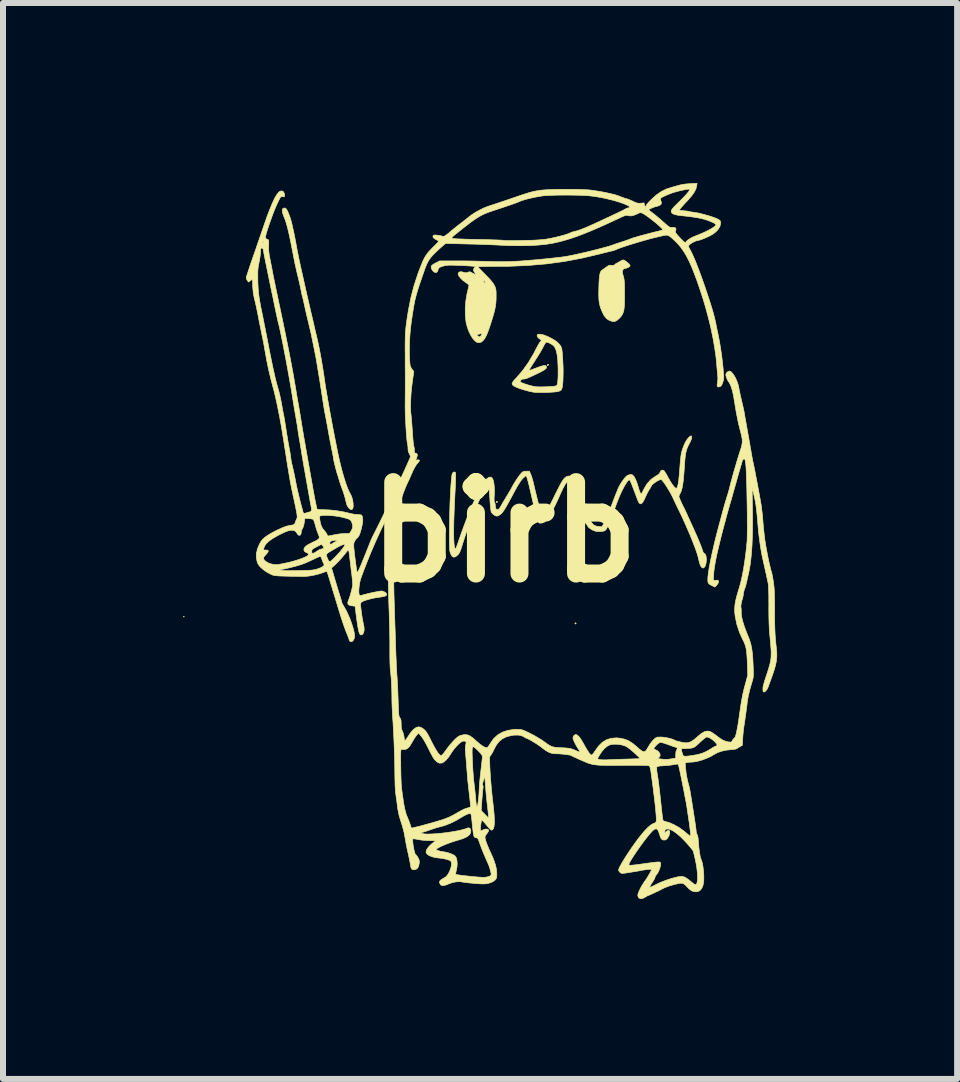
<source format=kicad_pcb>
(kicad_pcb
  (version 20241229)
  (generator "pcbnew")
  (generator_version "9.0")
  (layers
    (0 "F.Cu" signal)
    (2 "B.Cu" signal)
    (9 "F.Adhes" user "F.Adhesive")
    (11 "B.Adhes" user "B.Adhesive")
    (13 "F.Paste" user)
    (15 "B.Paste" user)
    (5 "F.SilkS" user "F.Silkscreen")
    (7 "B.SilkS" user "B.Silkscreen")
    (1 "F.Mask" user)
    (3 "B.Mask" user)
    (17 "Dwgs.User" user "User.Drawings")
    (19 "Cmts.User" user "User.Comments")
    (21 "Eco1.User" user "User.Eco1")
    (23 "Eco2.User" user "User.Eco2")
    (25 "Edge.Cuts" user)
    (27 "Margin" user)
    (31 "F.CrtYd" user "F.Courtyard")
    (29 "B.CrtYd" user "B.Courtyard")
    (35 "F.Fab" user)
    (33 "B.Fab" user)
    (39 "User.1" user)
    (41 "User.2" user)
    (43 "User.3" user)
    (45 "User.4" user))
  (footprint "birb"
    (layer "F.Cu")
    (at 5.355 5.821)
    (property "Reference" "birb" (at 0 0 0) (layer "F.SilkS") (effects (font (size 1.524 1.524) (thickness 0.3))))
    (attr through_hole)
    (fp_poly (pts (xy -5.334 1.406) (xy -5.336 1.412) (xy -5.341 1.413) (xy -5.35 1.409) (xy -5.348 1.406) (xy -5.336 1.404) (xy -5.334 1.406)) (stroke (width 0.01) (type solid)) (fill yes) (layer "F.SilkS"))
    (fp_poly (pts (xy -0.112 -0.509) (xy -0.112 -0.503) (xy -0.122 -0.493) (xy -0.123 -0.492) (xy -0.132 -0.5) (xy -0.134 -0.503) (xy -0.131 -0.512) (xy -0.123 -0.514) (xy -0.112 -0.509)) (stroke (width 0.01) (type solid)) (fill yes) (layer "F.SilkS"))
    (fp_poly (pts (xy 0.738 -2.799) (xy 0.739 -2.795) (xy 0.731 -2.78) (xy 0.728 -2.778) (xy 0.718 -2.778) (xy 0.717 -2.782) (xy 0.725 -2.797) (xy 0.728 -2.799) (xy 0.738 -2.799)) (stroke (width 0.01) (type solid)) (fill yes) (layer "F.SilkS"))
    (fp_poly (pts (xy 1.199 1.517) (xy 1.199 1.52) (xy 1.191 1.53) (xy 1.188 1.531) (xy 1.178 1.522) (xy 1.177 1.52) (xy 1.186 1.51) (xy 1.188 1.509) (xy 1.199 1.517)) (stroke (width 0.01) (type solid)) (fill yes) (layer "F.SilkS"))
    (fp_poly (pts (xy 2.004 -4.532) (xy 2.03 -4.514) (xy 2.058 -4.492) (xy 2.082 -4.469) (xy 2.096 -4.45) (xy 2.098 -4.444) (xy 2.089 -4.427) (xy 2.066 -4.412) (xy 2.037 -4.401) (xy 2.021 -4.399) (xy 1.993 -4.391) (xy 1.977 -4.371) (xy 1.97 -4.354) (xy 1.969 -4.334) (xy 1.974 -4.307) (xy 1.984 -4.272) (xy 1.991 -4.245) (xy 1.997 -4.217) (xy 2.001 -4.185) (xy 2.003 -4.144) (xy 2.005 -4.092) (xy 2.006 -4.023) (xy 2.006 -3.971) (xy 2.006 -3.878) (xy 2.004 -3.803) (xy 2 -3.743) (xy 1.993 -3.696) (xy 1.982 -3.658) (xy 1.967 -3.626) (xy 1.947 -3.596) (xy 1.921 -3.567) (xy 1.917 -3.564) (xy 1.878 -3.529) (xy 1.841 -3.512) (xy 1.801 -3.513) (xy 1.753 -3.531) (xy 1.747 -3.533) (xy 1.714 -3.554) (xy 1.687 -3.58) (xy 1.661 -3.617) (xy 1.635 -3.669) (xy 1.628 -3.685) (xy 1.608 -3.734) (xy 1.593 -3.782) (xy 1.583 -3.831) (xy 1.577 -3.888) (xy 1.575 -3.956) (xy 1.576 -4.038) (xy 1.577 -4.075) (xy 1.58 -4.161) (xy 1.584 -4.228) (xy 1.59 -4.279) (xy 1.597 -4.316) (xy 1.607 -4.342) (xy 1.619 -4.359) (xy 1.629 -4.367) (xy 1.651 -4.383) (xy 1.682 -4.405) (xy 1.701 -4.419) (xy 1.731 -4.44) (xy 1.755 -4.45) (xy 1.78 -4.45) (xy 1.788 -4.449) (xy 1.818 -4.447) (xy 1.839 -4.456) (xy 1.847 -4.464) (xy 1.864 -4.479) (xy 1.875 -4.485) (xy 1.889 -4.49) (xy 1.913 -4.504) (xy 1.924 -4.512) (xy 1.954 -4.528) (xy 1.979 -4.538) (xy 1.985 -4.538) (xy 2.004 -4.532)) (stroke (width 0.01) (type solid)) (fill yes) (layer "F.SilkS"))
    (fp_poly (pts (xy 0.633 -3.295) (xy 0.683 -3.279) (xy 0.739 -3.255) (xy 0.795 -3.227) (xy 0.845 -3.197) (xy 0.883 -3.169) (xy 0.887 -3.165) (xy 0.909 -3.143) (xy 0.927 -3.123) (xy 0.941 -3.103) (xy 0.952 -3.081) (xy 0.96 -3.052) (xy 0.965 -3.015) (xy 0.97 -2.966) (xy 0.974 -2.903) (xy 0.978 -2.822) (xy 0.98 -2.783) (xy 0.982 -2.718) (xy 0.982 -2.643) (xy 0.98 -2.569) (xy 0.979 -2.528) (xy 0.974 -2.464) (xy 0.968 -2.418) (xy 0.958 -2.386) (xy 0.944 -2.365) (xy 0.922 -2.353) (xy 0.892 -2.344) (xy 0.888 -2.343) (xy 0.849 -2.338) (xy 0.795 -2.334) (xy 0.731 -2.33) (xy 0.665 -2.328) (xy 0.601 -2.328) (xy 0.544 -2.329) (xy 0.502 -2.332) (xy 0.492 -2.333) (xy 0.412 -2.349) (xy 0.331 -2.371) (xy 0.255 -2.395) (xy 0.195 -2.419) (xy 0.158 -2.438) (xy 0.137 -2.456) (xy 0.13 -2.475) (xy 0.14 -2.5) (xy 0.152 -2.517) (xy 0.266 -2.517) (xy 0.268 -2.506) (xy 0.285 -2.495) (xy 0.298 -2.489) (xy 0.326 -2.478) (xy 0.368 -2.464) (xy 0.416 -2.449) (xy 0.434 -2.445) (xy 0.476 -2.434) (xy 0.514 -2.427) (xy 0.552 -2.423) (xy 0.598 -2.422) (xy 0.656 -2.423) (xy 0.68 -2.423) (xy 0.737 -2.426) (xy 0.788 -2.429) (xy 0.829 -2.433) (xy 0.855 -2.437) (xy 0.858 -2.439) (xy 0.873 -2.446) (xy 0.882 -2.457) (xy 0.888 -2.478) (xy 0.892 -2.513) (xy 0.894 -2.533) (xy 0.897 -2.575) (xy 0.898 -2.631) (xy 0.898 -2.696) (xy 0.897 -2.763) (xy 0.896 -2.783) (xy 0.891 -2.878) (xy 0.882 -2.954) (xy 0.87 -3.014) (xy 0.853 -3.061) (xy 0.835 -3.094) (xy 0.813 -3.115) (xy 0.781 -3.137) (xy 0.745 -3.156) (xy 0.714 -3.167) (xy 0.704 -3.168) (xy 0.691 -3.159) (xy 0.673 -3.133) (xy 0.651 -3.093) (xy 0.65 -3.089) (xy 0.63 -3.051) (xy 0.601 -3.001) (xy 0.567 -2.945) (xy 0.531 -2.888) (xy 0.52 -2.871) (xy 0.48 -2.809) (xy 0.45 -2.763) (xy 0.431 -2.731) (xy 0.421 -2.71) (xy 0.418 -2.7) (xy 0.422 -2.697) (xy 0.434 -2.701) (xy 0.461 -2.711) (xy 0.5 -2.725) (xy 0.542 -2.741) (xy 0.603 -2.763) (xy 0.647 -2.775) (xy 0.677 -2.779) (xy 0.695 -2.774) (xy 0.703 -2.76) (xy 0.704 -2.755) (xy 0.704 -2.741) (xy 0.696 -2.728) (xy 0.679 -2.713) (xy 0.651 -2.695) (xy 0.61 -2.672) (xy 0.553 -2.644) (xy 0.498 -2.618) (xy 0.431 -2.587) (xy 0.381 -2.566) (xy 0.346 -2.555) (xy 0.324 -2.552) (xy 0.321 -2.552) (xy 0.296 -2.551) (xy 0.276 -2.533) (xy 0.266 -2.517) (xy 0.152 -2.517) (xy 0.165 -2.533) (xy 0.202 -2.573) (xy 0.304 -2.691) (xy 0.4 -2.825) (xy 0.49 -2.976) (xy 0.534 -3.061) (xy 0.557 -3.104) (xy 0.579 -3.143) (xy 0.597 -3.17) (xy 0.603 -3.178) (xy 0.617 -3.198) (xy 0.613 -3.208) (xy 0.584 -3.224) (xy 0.561 -3.247) (xy 0.548 -3.271) (xy 0.548 -3.279) (xy 0.554 -3.294) (xy 0.569 -3.3) (xy 0.594 -3.301) (xy 0.633 -3.295)) (stroke (width 0.01) (type solid)) (fill yes) (layer "F.SilkS"))
    (fp_poly (pts (xy -3.649 -5.402) (xy -3.634 -5.39) (xy -3.618 -5.364) (xy -3.601 -5.328) (xy -3.586 -5.291) (xy -3.571 -5.25) (xy -3.556 -5.203) (xy -3.541 -5.147) (xy -3.526 -5.081) (xy -3.509 -5.003) (xy -3.49 -4.909) (xy -3.469 -4.799) (xy -3.447 -4.678) (xy -3.437 -4.63) (xy -3.424 -4.564) (xy -3.406 -4.482) (xy -3.385 -4.386) (xy -3.361 -4.279) (xy -3.335 -4.162) (xy -3.307 -4.038) (xy -3.278 -3.91) (xy -3.248 -3.78) (xy -3.218 -3.649) (xy -3.199 -3.57) (xy -3.18 -3.489) (xy -3.162 -3.408) (xy -3.144 -3.332) (xy -3.128 -3.266) (xy -3.116 -3.213) (xy -3.109 -3.184) (xy -3.092 -3.105) (xy -3.073 -3.01) (xy -3.053 -2.901) (xy -3.033 -2.785) (xy -3.014 -2.666) (xy -2.996 -2.547) (xy -2.992 -2.515) (xy -2.981 -2.441) (xy -2.966 -2.35) (xy -2.948 -2.246) (xy -2.928 -2.133) (xy -2.907 -2.013) (xy -2.884 -1.888) (xy -2.861 -1.763) (xy -2.837 -1.64) (xy -2.814 -1.522) (xy -2.792 -1.412) (xy -2.772 -1.313) (xy -2.754 -1.228) (xy -2.738 -1.161) (xy -2.733 -1.14) (xy -2.702 -1.018) (xy -2.67 -0.908) (xy -2.64 -0.813) (xy -2.611 -0.734) (xy -2.584 -0.673) (xy -2.563 -0.635) (xy -2.544 -0.595) (xy -2.528 -0.543) (xy -2.519 -0.485) (xy -2.517 -0.432) (xy -2.517 -0.428) (xy -2.525 -0.392) (xy -2.541 -0.376) (xy -2.563 -0.379) (xy -2.591 -0.403) (xy -2.594 -0.407) (xy -2.614 -0.436) (xy -2.627 -0.465) (xy -2.628 -0.469) (xy -2.641 -0.523) (xy -2.656 -0.583) (xy -2.673 -0.64) (xy -2.689 -0.689) (xy -2.701 -0.719) (xy -2.711 -0.746) (xy -2.725 -0.785) (xy -2.74 -0.832) (xy -2.746 -0.851) (xy -2.76 -0.897) (xy -2.772 -0.937) (xy -2.781 -0.966) (xy -2.784 -0.974) (xy -2.793 -1.004) (xy -2.804 -1.045) (xy -2.816 -1.092) (xy -2.828 -1.14) (xy -2.838 -1.183) (xy -2.845 -1.216) (xy -2.847 -1.234) (xy -2.849 -1.253) (xy -2.856 -1.287) (xy -2.864 -1.329) (xy -2.868 -1.347) (xy -2.876 -1.385) (xy -2.887 -1.44) (xy -2.9 -1.507) (xy -2.914 -1.581) (xy -2.928 -1.657) (xy -2.933 -1.686) (xy -2.946 -1.759) (xy -2.959 -1.828) (xy -2.97 -1.888) (xy -2.979 -1.937) (xy -2.986 -1.971) (xy -2.988 -1.98) (xy -2.996 -2.02) (xy -3.006 -2.081) (xy -3.019 -2.164) (xy -3.035 -2.267) (xy -3.054 -2.392) (xy -3.073 -2.515) (xy -3.139 -2.913) (xy -3.22 -3.311) (xy -3.28 -3.564) (xy -3.293 -3.618) (xy -3.308 -3.683) (xy -3.323 -3.751) (xy -3.334 -3.799) (xy -3.345 -3.85) (xy -3.355 -3.893) (xy -3.362 -3.925) (xy -3.367 -3.94) (xy -3.367 -3.94) (xy -3.371 -3.954) (xy -3.378 -3.983) (xy -3.385 -4.022) (xy -3.388 -4.037) (xy -3.398 -4.083) (xy -3.41 -4.142) (xy -3.425 -4.206) (xy -3.44 -4.269) (xy -3.441 -4.271) (xy -3.457 -4.336) (xy -3.474 -4.414) (xy -3.492 -4.495) (xy -3.507 -4.571) (xy -3.51 -4.587) (xy -3.535 -4.714) (xy -3.556 -4.823) (xy -3.575 -4.914) (xy -3.592 -4.992) (xy -3.608 -5.057) (xy -3.622 -5.112) (xy -3.636 -5.159) (xy -3.649 -5.201) (xy -3.664 -5.239) (xy -3.673 -5.261) (xy -3.694 -5.319) (xy -3.701 -5.362) (xy -3.695 -5.39) (xy -3.674 -5.403) (xy -3.669 -5.403) (xy -3.649 -5.402)) (stroke (width 0.01) (type solid)) (fill yes) (layer "F.SilkS"))
    (fp_poly (pts (xy 3.125 -1.597) (xy 3.125 -1.574) (xy 3.116 -1.542) (xy 3.1 -1.505) (xy 3.092 -1.489) (xy 3.07 -1.448) (xy 3.052 -1.41) (xy 3.039 -1.37) (xy 3.028 -1.327) (xy 3.019 -1.275) (xy 3.012 -1.211) (xy 3.006 -1.132) (xy 3.002 -1.074) (xy 2.994 -0.963) (xy 2.986 -0.871) (xy 2.976 -0.797) (xy 2.965 -0.738) (xy 2.953 -0.692) (xy 2.939 -0.658) (xy 2.933 -0.648) (xy 2.919 -0.621) (xy 2.912 -0.599) (xy 2.911 -0.597) (xy 2.916 -0.581) (xy 2.928 -0.551) (xy 2.944 -0.513) (xy 2.963 -0.471) (xy 2.983 -0.431) (xy 2.996 -0.406) (xy 3.004 -0.391) (xy 3.018 -0.36) (xy 3.039 -0.316) (xy 3.063 -0.262) (xy 3.091 -0.201) (xy 3.12 -0.137) (xy 3.149 -0.073) (xy 3.177 -0.012) (xy 3.201 0.043) (xy 3.204 0.048) (xy 3.23 0.11) (xy 3.256 0.172) (xy 3.279 0.229) (xy 3.297 0.278) (xy 3.309 0.314) (xy 3.311 0.323) (xy 3.323 0.345) (xy 3.338 0.356) (xy 3.354 0.37) (xy 3.364 0.4) (xy 3.369 0.439) (xy 3.368 0.484) (xy 3.362 0.527) (xy 3.35 0.564) (xy 3.344 0.575) (xy 3.323 0.596) (xy 3.302 0.595) (xy 3.28 0.573) (xy 3.277 0.567) (xy 3.265 0.541) (xy 3.253 0.501) (xy 3.241 0.455) (xy 3.239 0.443) (xy 3.226 0.393) (xy 3.205 0.326) (xy 3.176 0.246) (xy 3.141 0.156) (xy 3.102 0.058) (xy 3.058 -0.044) (xy 3.012 -0.149) (xy 2.965 -0.253) (xy 2.917 -0.352) (xy 2.914 -0.359) (xy 2.885 -0.417) (xy 2.856 -0.479) (xy 2.829 -0.536) (xy 2.81 -0.578) (xy 2.788 -0.622) (xy 2.761 -0.671) (xy 2.731 -0.721) (xy 2.7 -0.77) (xy 2.671 -0.814) (xy 2.645 -0.848) (xy 2.625 -0.871) (xy 2.615 -0.878) (xy 2.591 -0.872) (xy 2.559 -0.857) (xy 2.524 -0.836) (xy 2.491 -0.812) (xy 2.465 -0.79) (xy 2.452 -0.773) (xy 2.451 -0.769) (xy 2.445 -0.755) (xy 2.431 -0.73) (xy 2.418 -0.711) (xy 2.397 -0.676) (xy 2.374 -0.631) (xy 2.354 -0.586) (xy 2.327 -0.528) (xy 2.304 -0.491) (xy 2.283 -0.473) (xy 2.263 -0.474) (xy 2.244 -0.494) (xy 2.243 -0.495) (xy 2.234 -0.513) (xy 2.22 -0.547) (xy 2.202 -0.594) (xy 2.182 -0.648) (xy 2.168 -0.685) (xy 2.147 -0.741) (xy 2.128 -0.791) (xy 2.111 -0.831) (xy 2.099 -0.857) (xy 2.094 -0.865) (xy 2.083 -0.872) (xy 2.072 -0.867) (xy 2.055 -0.848) (xy 2.044 -0.834) (xy 2.004 -0.77) (xy 1.961 -0.688) (xy 1.916 -0.587) (xy 1.87 -0.47) (xy 1.83 -0.359) (xy 1.773 -0.206) (xy 1.717 -0.079) (xy 1.7 -0.048) (xy 1.681 -0.028) (xy 1.656 -0.017) (xy 1.619 -0.012) (xy 1.569 -0.011) (xy 1.525 -0.015) (xy 1.483 -0.03) (xy 1.458 -0.043) (xy 1.427 -0.064) (xy 1.403 -0.083) (xy 1.395 -0.094) (xy 1.383 -0.116) (xy 1.368 -0.135) (xy 1.332 -0.184) (xy 1.294 -0.25) (xy 1.256 -0.333) (xy 1.218 -0.428) (xy 1.182 -0.533) (xy 1.149 -0.645) (xy 1.14 -0.678) (xy 1.121 -0.746) (xy 1.104 -0.795) (xy 1.089 -0.826) (xy 1.075 -0.841) (xy 1.062 -0.844) (xy 1.041 -0.83) (xy 1.015 -0.795) (xy 0.984 -0.74) (xy 0.948 -0.664) (xy 0.936 -0.637) (xy 0.891 -0.536) (xy 0.847 -0.444) (xy 0.803 -0.36) (xy 0.763 -0.289) (xy 0.726 -0.232) (xy 0.695 -0.191) (xy 0.674 -0.171) (xy 0.64 -0.155) (xy 0.603 -0.15) (xy 0.572 -0.157) (xy 0.571 -0.158) (xy 0.566 -0.165) (xy 0.56 -0.179) (xy 0.552 -0.204) (xy 0.542 -0.24) (xy 0.53 -0.289) (xy 0.514 -0.353) (xy 0.495 -0.432) (xy 0.472 -0.528) (xy 0.446 -0.643) (xy 0.428 -0.719) (xy 0.414 -0.78) (xy 0.4 -0.834) (xy 0.388 -0.878) (xy 0.379 -0.909) (xy 0.375 -0.92) (xy 0.363 -0.943) (xy 0.333 -0.918) (xy 0.306 -0.893) (xy 0.277 -0.857) (xy 0.244 -0.807) (xy 0.206 -0.743) (xy 0.162 -0.662) (xy 0.157 -0.653) (xy 0.109 -0.563) (xy 0.069 -0.49) (xy 0.036 -0.432) (xy 0.01 -0.388) (xy -0.012 -0.354) (xy -0.03 -0.329) (xy -0.046 -0.311) (xy -0.058 -0.3) (xy -0.087 -0.281) (xy -0.114 -0.269) (xy -0.123 -0.268) (xy -0.152 -0.276) (xy -0.184 -0.297) (xy -0.21 -0.326) (xy -0.216 -0.335) (xy -0.221 -0.353) (xy -0.226 -0.388) (xy -0.231 -0.438) (xy -0.236 -0.498) (xy -0.24 -0.565) (xy -0.241 -0.57) (xy -0.245 -0.636) (xy -0.25 -0.694) (xy -0.255 -0.742) (xy -0.259 -0.776) (xy -0.263 -0.792) (xy -0.264 -0.793) (xy -0.274 -0.789) (xy -0.291 -0.769) (xy -0.313 -0.736) (xy -0.339 -0.692) (xy -0.367 -0.64) (xy -0.394 -0.583) (xy -0.404 -0.562) (xy -0.426 -0.511) (xy -0.451 -0.453) (xy -0.477 -0.39) (xy -0.503 -0.326) (xy -0.528 -0.265) (xy -0.55 -0.209) (xy -0.569 -0.162) (xy -0.582 -0.127) (xy -0.588 -0.107) (xy -0.589 -0.105) (xy -0.593 -0.088) (xy -0.604 -0.059) (xy -0.614 -0.037) (xy -0.626 -0.008) (xy -0.642 0.036) (xy -0.661 0.091) (xy -0.68 0.151) (xy -0.69 0.182) (xy -0.71 0.247) (xy -0.726 0.294) (xy -0.74 0.329) (xy -0.753 0.353) (xy -0.767 0.372) (xy -0.778 0.383) (xy -0.813 0.41) (xy -0.843 0.417) (xy -0.868 0.403) (xy -0.889 0.368) (xy -0.893 0.359) (xy -0.899 0.343) (xy -0.904 0.327) (xy -0.908 0.307) (xy -0.91 0.282) (xy -0.912 0.249) (xy -0.913 0.205) (xy -0.914 0.148) (xy -0.914 0.076) (xy -0.914 -0.015) (xy -0.913 -0.054) (xy -0.912 -0.162) (xy -0.91 -0.273) (xy -0.907 -0.384) (xy -0.904 -0.492) (xy -0.899 -0.595) (xy -0.894 -0.69) (xy -0.889 -0.776) (xy -0.883 -0.85) (xy -0.878 -0.91) (xy -0.872 -0.953) (xy -0.866 -0.977) (xy -0.866 -0.978) (xy -0.849 -1) (xy -0.83 -1.004) (xy -0.824 -1.003) (xy -0.819 -1.001) (xy -0.815 -0.997) (xy -0.812 -0.988) (xy -0.81 -0.973) (xy -0.81 -0.95) (xy -0.81 -0.916) (xy -0.811 -0.872) (xy -0.813 -0.813) (xy -0.816 -0.74) (xy -0.821 -0.649) (xy -0.826 -0.54) (xy -0.829 -0.487) (xy -0.835 -0.334) (xy -0.84 -0.196) (xy -0.842 -0.074) (xy -0.843 0.031) (xy -0.841 0.119) (xy -0.837 0.188) (xy -0.831 0.237) (xy -0.824 0.262) (xy -0.819 0.274) (xy -0.814 0.278) (xy -0.808 0.273) (xy -0.8 0.256) (xy -0.788 0.224) (xy -0.771 0.177) (xy -0.758 0.139) (xy -0.715 0.015) (xy -0.676 -0.092) (xy -0.64 -0.188) (xy -0.606 -0.277) (xy -0.571 -0.363) (xy -0.533 -0.45) (xy -0.492 -0.543) (xy -0.469 -0.592) (xy -0.418 -0.698) (xy -0.371 -0.784) (xy -0.328 -0.849) (xy -0.29 -0.892) (xy -0.255 -0.916) (xy -0.225 -0.918) (xy -0.2 -0.902) (xy -0.186 -0.874) (xy -0.175 -0.83) (xy -0.167 -0.772) (xy -0.164 -0.705) (xy -0.165 -0.632) (xy -0.166 -0.619) (xy -0.169 -0.561) (xy -0.168 -0.522) (xy -0.164 -0.502) (xy -0.162 -0.498) (xy -0.154 -0.484) (xy -0.15 -0.457) (xy -0.15 -0.454) (xy -0.145 -0.408) (xy -0.131 -0.382) (xy -0.111 -0.375) (xy -0.087 -0.388) (xy -0.062 -0.422) (xy -0.058 -0.431) (xy -0.039 -0.464) (xy -0.014 -0.509) (xy 0.016 -0.557) (xy 0.034 -0.588) (xy 0.064 -0.637) (xy 0.094 -0.687) (xy 0.119 -0.731) (xy 0.129 -0.751) (xy 0.156 -0.8) (xy 0.19 -0.855) (xy 0.226 -0.908) (xy 0.26 -0.955) (xy 0.287 -0.987) (xy 0.309 -1.006) (xy 0.334 -1.015) (xy 0.367 -1.017) (xy 0.419 -1.017) (xy 0.444 -0.961) (xy 0.457 -0.925) (xy 0.472 -0.876) (xy 0.486 -0.823) (xy 0.492 -0.797) (xy 0.506 -0.736) (xy 0.522 -0.668) (xy 0.538 -0.605) (xy 0.542 -0.589) (xy 0.556 -0.531) (xy 0.572 -0.464) (xy 0.586 -0.398) (xy 0.592 -0.372) (xy 0.602 -0.326) (xy 0.613 -0.288) (xy 0.622 -0.264) (xy 0.627 -0.257) (xy 0.644 -0.266) (xy 0.668 -0.289) (xy 0.693 -0.321) (xy 0.716 -0.359) (xy 0.719 -0.365) (xy 0.731 -0.39) (xy 0.751 -0.429) (xy 0.777 -0.481) (xy 0.807 -0.541) (xy 0.839 -0.606) (xy 0.849 -0.628) (xy 0.89 -0.709) (xy 0.923 -0.773) (xy 0.95 -0.823) (xy 0.973 -0.86) (xy 0.992 -0.887) (xy 1.01 -0.906) (xy 1.027 -0.92) (xy 1.039 -0.926) (xy 1.064 -0.936) (xy 1.084 -0.935) (xy 1.101 -0.927) (xy 1.118 -0.916) (xy 1.134 -0.902) (xy 1.148 -0.883) (xy 1.163 -0.856) (xy 1.178 -0.818) (xy 1.195 -0.768) (xy 1.214 -0.704) (xy 1.238 -0.622) (xy 1.253 -0.567) (xy 1.295 -0.448) (xy 1.351 -0.328) (xy 1.408 -0.23) (xy 1.442 -0.179) (xy 1.47 -0.144) (xy 1.493 -0.121) (xy 1.518 -0.107) (xy 1.546 -0.099) (xy 1.569 -0.096) (xy 1.628 -0.09) (xy 1.667 -0.159) (xy 1.69 -0.203) (xy 1.714 -0.258) (xy 1.736 -0.311) (xy 1.74 -0.32) (xy 1.759 -0.37) (xy 1.782 -0.43) (xy 1.807 -0.496) (xy 1.832 -0.562) (xy 1.856 -0.624) (xy 1.878 -0.677) (xy 1.894 -0.717) (xy 1.899 -0.731) (xy 1.921 -0.775) (xy 1.949 -0.822) (xy 1.981 -0.868) (xy 2.011 -0.908) (xy 2.038 -0.935) (xy 2.047 -0.942) (xy 2.078 -0.956) (xy 2.109 -0.963) (xy 2.111 -0.963) (xy 2.137 -0.955) (xy 2.163 -0.929) (xy 2.188 -0.885) (xy 2.213 -0.821) (xy 2.239 -0.738) (xy 2.241 -0.728) (xy 2.253 -0.692) (xy 2.265 -0.662) (xy 2.271 -0.65) (xy 2.279 -0.643) (xy 2.287 -0.645) (xy 2.298 -0.659) (xy 2.313 -0.689) (xy 2.328 -0.719) (xy 2.381 -0.808) (xy 2.447 -0.88) (xy 2.525 -0.935) (xy 2.533 -0.939) (xy 2.569 -0.961) (xy 2.59 -0.983) (xy 2.598 -1) (xy 2.613 -1.027) (xy 2.636 -1.036) (xy 2.661 -1.027) (xy 2.668 -1.02) (xy 2.68 -1.002) (xy 2.699 -0.971) (xy 2.722 -0.932) (xy 2.73 -0.915) (xy 2.763 -0.857) (xy 2.795 -0.806) (xy 2.824 -0.767) (xy 2.849 -0.741) (xy 2.866 -0.731) (xy 2.867 -0.731) (xy 2.879 -0.74) (xy 2.889 -0.764) (xy 2.899 -0.804) (xy 2.908 -0.862) (xy 2.916 -0.939) (xy 2.924 -1.035) (xy 2.927 -1.073) (xy 2.933 -1.152) (xy 2.938 -1.215) (xy 2.944 -1.264) (xy 2.95 -1.306) (xy 2.959 -1.343) (xy 2.97 -1.38) (xy 2.985 -1.421) (xy 2.999 -1.456) (xy 3.021 -1.504) (xy 3.048 -1.546) (xy 3.076 -1.58) (xy 3.102 -1.601) (xy 3.117 -1.606) (xy 3.125 -1.597)) (stroke (width 0.01) (type solid)) (fill yes) (layer "F.SilkS"))
    (fp_poly (pts (xy 3.208 -5.77) (xy 3.195 -5.722) (xy 3.167 -5.667) (xy 3.123 -5.605) (xy 3.062 -5.534) (xy 3.02 -5.49) (xy 2.983 -5.449) (xy 2.952 -5.414) (xy 2.93 -5.388) (xy 2.92 -5.372) (xy 2.92 -5.369) (xy 2.936 -5.365) (xy 2.966 -5.361) (xy 2.996 -5.358) (xy 3.032 -5.354) (xy 3.059 -5.351) (xy 3.07 -5.348) (xy 3.084 -5.344) (xy 3.113 -5.339) (xy 3.154 -5.333) (xy 3.174 -5.33) (xy 3.225 -5.322) (xy 3.285 -5.308) (xy 3.351 -5.291) (xy 3.417 -5.272) (xy 3.478 -5.252) (xy 3.53 -5.233) (xy 3.566 -5.216) (xy 3.572 -5.213) (xy 3.596 -5.195) (xy 3.606 -5.173) (xy 3.607 -5.151) (xy 3.597 -5.101) (xy 3.568 -5.05) (xy 3.523 -5.002) (xy 3.481 -4.97) (xy 3.445 -4.949) (xy 3.399 -4.926) (xy 3.348 -4.903) (xy 3.298 -4.883) (xy 3.254 -4.868) (xy 3.221 -4.86) (xy 3.213 -4.859) (xy 3.191 -4.853) (xy 3.159 -4.838) (xy 3.124 -4.819) (xy 3.095 -4.799) (xy 3.079 -4.783) (xy 3.074 -4.773) (xy 3.073 -4.763) (xy 3.078 -4.747) (xy 3.091 -4.722) (xy 3.112 -4.683) (xy 3.137 -4.632) (xy 3.168 -4.563) (xy 3.202 -4.48) (xy 3.239 -4.385) (xy 3.277 -4.282) (xy 3.316 -4.173) (xy 3.355 -4.061) (xy 3.392 -3.95) (xy 3.427 -3.843) (xy 3.459 -3.741) (xy 3.486 -3.65) (xy 3.507 -3.57) (xy 3.521 -3.506) (xy 3.522 -3.505) (xy 3.532 -3.453) (xy 3.542 -3.403) (xy 3.55 -3.364) (xy 3.555 -3.345) (xy 3.579 -3.225) (xy 3.603 -3.09) (xy 3.624 -2.947) (xy 3.641 -2.803) (xy 3.646 -2.755) (xy 3.652 -2.686) (xy 3.657 -2.635) (xy 3.659 -2.597) (xy 3.659 -2.569) (xy 3.657 -2.546) (xy 3.652 -2.526) (xy 3.645 -2.504) (xy 3.643 -2.498) (xy 3.629 -2.46) (xy 3.614 -2.438) (xy 3.596 -2.426) (xy 3.593 -2.425) (xy 3.567 -2.42) (xy 3.552 -2.428) (xy 3.548 -2.452) (xy 3.554 -2.494) (xy 3.554 -2.495) (xy 3.559 -2.535) (xy 3.561 -2.574) (xy 3.559 -2.59) (xy 3.557 -2.615) (xy 3.553 -2.655) (xy 3.549 -2.707) (xy 3.544 -2.764) (xy 3.543 -2.778) (xy 3.53 -2.917) (xy 3.508 -3.072) (xy 3.479 -3.237) (xy 3.443 -3.409) (xy 3.401 -3.581) (xy 3.355 -3.751) (xy 3.312 -3.895) (xy 3.26 -4.054) (xy 3.212 -4.194) (xy 3.166 -4.317) (xy 3.123 -4.424) (xy 3.081 -4.518) (xy 3.04 -4.599) (xy 2.997 -4.671) (xy 2.953 -4.735) (xy 2.907 -4.792) (xy 2.857 -4.844) (xy 2.823 -4.876) (xy 2.783 -4.912) (xy 2.754 -4.935) (xy 2.73 -4.947) (xy 2.707 -4.951) (xy 2.678 -4.949) (xy 2.638 -4.941) (xy 2.636 -4.94) (xy 2.574 -4.926) (xy 2.5 -4.908) (xy 2.418 -4.887) (xy 2.332 -4.863) (xy 2.243 -4.837) (xy 2.157 -4.811) (xy 2.075 -4.786) (xy 2.001 -4.762) (xy 1.938 -4.74) (xy 1.89 -4.722) (xy 1.861 -4.709) (xy 1.833 -4.698) (xy 1.799 -4.688) (xy 1.793 -4.687) (xy 1.768 -4.682) (xy 1.727 -4.672) (xy 1.674 -4.659) (xy 1.616 -4.644) (xy 1.584 -4.636) (xy 1.292 -4.567) (xy 0.999 -4.512) (xy 0.702 -4.472) (xy 0.396 -4.446) (xy 0.079 -4.432) (xy -0.099 -4.431) (xy -0.182 -4.43) (xy -0.257 -4.43) (xy -0.323 -4.429) (xy -0.376 -4.428) (xy -0.415 -4.426) (xy -0.436 -4.425) (xy -0.439 -4.424) (xy -0.432 -4.414) (xy -0.412 -4.392) (xy -0.381 -4.361) (xy -0.344 -4.323) (xy -0.317 -4.296) (xy -0.26 -4.238) (xy -0.217 -4.19) (xy -0.186 -4.15) (xy -0.165 -4.115) (xy -0.164 -4.114) (xy -0.151 -4.086) (xy -0.143 -4.061) (xy -0.138 -4.035) (xy -0.135 -4.001) (xy -0.135 -3.955) (xy -0.135 -3.923) (xy -0.136 -3.867) (xy -0.14 -3.815) (xy -0.147 -3.764) (xy -0.157 -3.71) (xy -0.173 -3.648) (xy -0.194 -3.576) (xy -0.221 -3.489) (xy -0.235 -3.446) (xy -0.266 -3.356) (xy -0.294 -3.285) (xy -0.322 -3.232) (xy -0.35 -3.195) (xy -0.379 -3.171) (xy -0.41 -3.16) (xy -0.43 -3.158) (xy -0.461 -3.168) (xy -0.495 -3.195) (xy -0.53 -3.237) (xy -0.563 -3.291) (xy -0.565 -3.296) (xy -0.456 -3.296) (xy -0.456 -3.289) (xy -0.444 -3.275) (xy -0.422 -3.257) (xy -0.404 -3.258) (xy -0.39 -3.273) (xy -0.376 -3.296) (xy -0.376 -3.31) (xy -0.389 -3.311) (xy -0.395 -3.308) (xy -0.424 -3.299) (xy -0.44 -3.297) (xy -0.456 -3.296) (xy -0.565 -3.296) (xy -0.593 -3.354) (xy -0.617 -3.422) (xy -0.635 -3.493) (xy -0.638 -3.511) (xy -0.649 -3.619) (xy -0.65 -3.737) (xy -0.64 -3.858) (xy -0.621 -3.971) (xy -0.203 -3.971) (xy -0.199 -3.962) (xy -0.196 -3.964) (xy -0.195 -3.977) (xy -0.196 -3.978) (xy -0.203 -3.977) (xy -0.203 -3.971) (xy -0.621 -3.971) (xy -0.62 -3.974) (xy -0.616 -3.992) (xy -0.605 -4.039) (xy -0.596 -4.079) (xy -0.59 -4.106) (xy -0.589 -4.116) (xy -0.597 -4.127) (xy -0.619 -4.146) (xy -0.65 -4.167) (xy -0.65 -4.168) (xy -0.685 -4.194) (xy -0.344 -4.194) (xy -0.343 -4.179) (xy -0.339 -4.17) (xy -0.327 -4.153) (xy -0.319 -4.149) (xy -0.316 -4.161) (xy -0.321 -4.175) (xy -0.335 -4.193) (xy -0.344 -4.194) (xy -0.685 -4.194) (xy -0.691 -4.198) (xy -0.726 -4.233) (xy -0.753 -4.266) (xy -0.768 -4.296) (xy -0.769 -4.31) (xy -0.755 -4.334) (xy -0.728 -4.343) (xy -0.688 -4.336) (xy -0.683 -4.334) (xy -0.651 -4.325) (xy -0.629 -4.324) (xy -0.607 -4.332) (xy -0.607 -4.332) (xy -0.587 -4.34) (xy -0.57 -4.34) (xy -0.547 -4.329) (xy -0.529 -4.319) (xy -0.5 -4.304) (xy -0.485 -4.3) (xy -0.482 -4.306) (xy -0.489 -4.326) (xy -0.498 -4.335) (xy -0.512 -4.359) (xy -0.51 -4.387) (xy -0.494 -4.412) (xy -0.492 -4.414) (xy -0.482 -4.422) (xy -0.483 -4.427) (xy -0.499 -4.431) (xy -0.532 -4.434) (xy -0.542 -4.435) (xy -0.58 -4.438) (xy -0.632 -4.441) (xy -0.694 -4.444) (xy -0.759 -4.447) (xy -0.782 -4.448) (xy -0.851 -4.45) (xy -0.902 -4.451) (xy -0.942 -4.449) (xy -0.974 -4.446) (xy -1.004 -4.439) (xy -1.015 -4.436) (xy -1.057 -4.423) (xy -1.083 -4.41) (xy -1.097 -4.394) (xy -1.104 -4.371) (xy -1.104 -4.368) (xy -1.114 -4.343) (xy -1.126 -4.331) (xy -1.149 -4.328) (xy -1.174 -4.34) (xy -1.196 -4.363) (xy -1.213 -4.391) (xy -1.219 -4.42) (xy -1.214 -4.44) (xy -1.199 -4.454) (xy -1.171 -4.473) (xy -1.139 -4.49) (xy -1.076 -4.522) (xy -0.803 -4.522) (xy -0.708 -4.522) (xy -0.602 -4.521) (xy -0.492 -4.519) (xy -0.385 -4.516) (xy -0.291 -4.514) (xy -0.273 -4.513) (xy -0.083 -4.509) (xy 0.092 -4.511) (xy 0.198 -4.516) (xy 0.285 -4.521) (xy 0.381 -4.529) (xy 0.484 -4.537) (xy 0.589 -4.547) (xy 0.692 -4.557) (xy 0.791 -4.567) (xy 0.881 -4.577) (xy 0.958 -4.586) (xy 1.02 -4.595) (xy 1.044 -4.599) (xy 1.105 -4.611) (xy 1.179 -4.626) (xy 1.26 -4.644) (xy 1.347 -4.664) (xy 1.436 -4.685) (xy 1.522 -4.707) (xy 1.604 -4.728) (xy 1.678 -4.748) (xy 1.74 -4.765) (xy 1.788 -4.78) (xy 1.815 -4.79) (xy 1.846 -4.801) (xy 1.889 -4.816) (xy 1.936 -4.831) (xy 1.943 -4.833) (xy 1.996 -4.85) (xy 2.054 -4.87) (xy 2.104 -4.889) (xy 2.137 -4.902) (xy 2.187 -4.917) (xy 2.249 -4.935) (xy 2.318 -4.954) (xy 2.391 -4.973) (xy 2.409 -4.978) (xy 2.476 -4.995) (xy 2.535 -5.01) (xy 2.585 -5.022) (xy 2.621 -5.032) (xy 2.64 -5.037) (xy 2.643 -5.038) (xy 2.64 -5.048) (xy 2.623 -5.068) (xy 2.594 -5.096) (xy 2.556 -5.13) (xy 2.513 -5.166) (xy 2.466 -5.204) (xy 2.42 -5.239) (xy 2.376 -5.271) (xy 2.338 -5.297) (xy 2.308 -5.314) (xy 2.302 -5.317) (xy 2.279 -5.325) (xy 2.26 -5.325) (xy 2.237 -5.316) (xy 2.217 -5.306) (xy 2.158 -5.281) (xy 2.106 -5.271) (xy 2.065 -5.277) (xy 2.062 -5.278) (xy 2.049 -5.282) (xy 2.034 -5.282) (xy 2.013 -5.277) (xy 1.982 -5.265) (xy 1.938 -5.245) (xy 1.898 -5.226) (xy 1.732 -5.149) (xy 1.582 -5.081) (xy 1.447 -5.023) (xy 1.323 -4.973) (xy 1.21 -4.93) (xy 1.104 -4.894) (xy 1.004 -4.864) (xy 0.907 -4.838) (xy 0.812 -4.817) (xy 0.776 -4.811) (xy 0.681 -4.796) (xy 0.569 -4.786) (xy 0.444 -4.778) (xy 0.31 -4.775) (xy 0.171 -4.775) (xy 0.032 -4.779) (xy -0.053 -4.783) (xy -0.115 -4.787) (xy -0.193 -4.79) (xy -0.283 -4.794) (xy -0.381 -4.797) (xy -0.482 -4.801) (xy -0.582 -4.803) (xy -0.615 -4.804) (xy -0.979 -4.813) (xy -1.07 -4.733) (xy -1.138 -4.67) (xy -1.192 -4.616) (xy -1.234 -4.566) (xy -1.267 -4.516) (xy -1.294 -4.462) (xy -1.319 -4.4) (xy -1.325 -4.383) (xy -1.343 -4.329) (xy -1.366 -4.265) (xy -1.387 -4.202) (xy -1.397 -4.175) (xy -1.436 -4.058) (xy -1.466 -3.956) (xy -1.489 -3.866) (xy -1.505 -3.784) (xy -1.522 -3.682) (xy -1.535 -3.597) (xy -1.546 -3.525) (xy -1.554 -3.464) (xy -1.561 -3.408) (xy -1.566 -3.354) (xy -1.571 -3.298) (xy -1.574 -3.249) (xy -1.578 -3.175) (xy -1.58 -3.097) (xy -1.581 -3.019) (xy -1.58 -2.945) (xy -1.577 -2.877) (xy -1.573 -2.821) (xy -1.568 -2.779) (xy -1.562 -2.758) (xy -1.548 -2.733) (xy -1.53 -2.707) (xy -1.507 -2.679) (xy -1.53 -2.52) (xy -1.544 -2.41) (xy -1.554 -2.297) (xy -1.559 -2.188) (xy -1.561 -2.087) (xy -1.558 -1.999) (xy -1.553 -1.952) (xy -1.548 -1.907) (xy -1.543 -1.847) (xy -1.538 -1.778) (xy -1.533 -1.706) (xy -1.53 -1.668) (xy -1.526 -1.604) (xy -1.521 -1.544) (xy -1.516 -1.493) (xy -1.511 -1.456) (xy -1.508 -1.44) (xy -1.5 -1.4) (xy -1.498 -1.361) (xy -1.498 -1.357) (xy -1.497 -1.33) (xy -1.489 -1.319) (xy -1.477 -1.317) (xy -1.455 -1.309) (xy -1.448 -1.286) (xy -1.456 -1.25) (xy -1.459 -1.241) (xy -1.475 -1.2) (xy -1.444 -1.206) (xy -1.42 -1.205) (xy -1.412 -1.193) (xy -1.422 -1.174) (xy -1.43 -1.166) (xy -1.457 -1.135) (xy -1.488 -1.088) (xy -1.519 -1.029) (xy -1.541 -0.979) (xy -1.564 -0.926) (xy -1.59 -0.867) (xy -1.615 -0.815) (xy -1.616 -0.813) (xy -1.642 -0.755) (xy -1.671 -0.682) (xy -1.701 -0.599) (xy -1.729 -0.514) (xy -1.734 -0.498) (xy -1.755 -0.421) (xy -1.776 -0.33) (xy -1.796 -0.231) (xy -1.812 -0.132) (xy -1.82 -0.08) (xy -1.828 0.002) (xy -1.835 0.104) (xy -1.84 0.225) (xy -1.843 0.363) (xy -1.844 0.518) (xy -1.844 0.688) (xy -1.841 0.871) (xy -1.837 1.068) (xy -1.832 1.21) (xy -1.827 1.386) (xy -1.822 1.542) (xy -1.817 1.68) (xy -1.813 1.801) (xy -1.81 1.905) (xy -1.807 1.996) (xy -1.804 2.073) (xy -1.801 2.139) (xy -1.799 2.195) (xy -1.797 2.242) (xy -1.795 2.282) (xy -1.793 2.316) (xy -1.791 2.345) (xy -1.79 2.372) (xy -1.788 2.396) (xy -1.787 2.403) (xy -1.784 2.451) (xy -1.78 2.515) (xy -1.776 2.591) (xy -1.773 2.674) (xy -1.77 2.758) (xy -1.768 2.801) (xy -1.766 2.884) (xy -1.763 2.949) (xy -1.761 2.998) (xy -1.758 3.033) (xy -1.755 3.058) (xy -1.75 3.075) (xy -1.745 3.086) (xy -1.739 3.094) (xy -1.728 3.111) (xy -1.721 3.134) (xy -1.718 3.17) (xy -1.718 3.199) (xy -1.716 3.252) (xy -1.709 3.29) (xy -1.697 3.318) (xy -1.683 3.351) (xy -1.673 3.393) (xy -1.67 3.414) (xy -1.665 3.447) (xy -1.659 3.468) (xy -1.654 3.472) (xy -1.644 3.464) (xy -1.626 3.44) (xy -1.605 3.408) (xy -1.598 3.398) (xy -1.57 3.355) (xy -1.538 3.315) (xy -1.509 3.284) (xy -1.507 3.283) (xy -1.466 3.254) (xy -1.429 3.244) (xy -1.391 3.252) (xy -1.347 3.279) (xy -1.346 3.28) (xy -1.327 3.297) (xy -1.309 3.316) (xy -1.291 3.342) (xy -1.269 3.378) (xy -1.243 3.427) (xy -1.215 3.484) (xy -1.172 3.567) (xy -1.136 3.63) (xy -1.106 3.676) (xy -1.081 3.706) (xy -1.061 3.72) (xy -1.044 3.72) (xy -1.042 3.719) (xy -1.027 3.705) (xy -1.005 3.678) (xy -0.979 3.643) (xy -0.97 3.63) (xy -0.938 3.587) (xy -0.897 3.537) (xy -0.856 3.49) (xy -0.842 3.475) (xy -0.804 3.437) (xy -0.776 3.413) (xy -0.751 3.397) (xy -0.726 3.387) (xy -0.709 3.383) (xy -0.667 3.375) (xy -0.632 3.375) (xy -0.598 3.383) (xy -0.562 3.402) (xy -0.52 3.432) (xy -0.469 3.477) (xy -0.449 3.495) (xy -0.396 3.54) (xy -0.35 3.572) (xy -0.312 3.589) (xy -0.286 3.59) (xy -0.285 3.59) (xy -0.271 3.578) (xy -0.252 3.553) (xy -0.235 3.525) (xy -0.179 3.444) (xy -0.111 3.38) (xy -0.03 3.333) (xy 0.064 3.302) (xy 0.171 3.287) (xy 0.22 3.286) (xy 0.251 3.287) (xy 0.277 3.289) (xy 0.303 3.296) (xy 0.333 3.307) (xy 0.373 3.325) (xy 0.426 3.351) (xy 0.434 3.355) (xy 0.494 3.386) (xy 0.555 3.421) (xy 0.611 3.455) (xy 0.656 3.485) (xy 0.658 3.487) (xy 0.709 3.524) (xy 0.749 3.551) (xy 0.784 3.569) (xy 0.819 3.58) (xy 0.86 3.587) (xy 0.913 3.591) (xy 0.957 3.593) (xy 1.018 3.596) (xy 1.063 3.6) (xy 1.097 3.605) (xy 1.127 3.613) (xy 1.158 3.625) (xy 1.18 3.634) (xy 1.216 3.65) (xy 1.245 3.661) (xy 1.261 3.665) (xy 1.262 3.665) (xy 1.259 3.655) (xy 1.247 3.632) (xy 1.233 3.61) (xy 1.201 3.559) (xy 1.175 3.51) (xy 1.156 3.467) (xy 1.146 3.436) (xy 1.145 3.429) (xy 1.153 3.402) (xy 1.171 3.38) (xy 1.193 3.372) (xy 1.219 3.382) (xy 1.251 3.413) (xy 1.286 3.463) (xy 1.312 3.508) (xy 1.355 3.584) (xy 1.389 3.641) (xy 1.416 3.681) (xy 1.437 3.705) (xy 1.452 3.714) (xy 1.454 3.714) (xy 1.47 3.705) (xy 1.492 3.679) (xy 1.509 3.653) (xy 1.569 3.568) (xy 1.633 3.504) (xy 1.704 3.46) (xy 1.783 3.435) (xy 1.87 3.428) (xy 1.94 3.435) (xy 2.009 3.451) (xy 2.071 3.476) (xy 2.133 3.514) (xy 2.199 3.567) (xy 2.215 3.581) (xy 2.262 3.623) (xy 2.297 3.649) (xy 2.325 3.659) (xy 2.347 3.654) (xy 2.368 3.634) (xy 2.385 3.606) (xy 2.494 3.606) (xy 2.503 3.617) (xy 2.515 3.623) (xy 2.554 3.642) (xy 2.581 3.669) (xy 2.597 3.699) (xy 2.598 3.729) (xy 2.582 3.753) (xy 2.577 3.757) (xy 2.563 3.767) (xy 2.564 3.773) (xy 2.581 3.777) (xy 2.601 3.779) (xy 2.662 3.786) (xy 2.712 3.787) (xy 2.763 3.782) (xy 2.79 3.777) (xy 2.858 3.766) (xy 2.858 3.706) (xy 2.862 3.657) (xy 2.874 3.628) (xy 2.875 3.627) (xy 2.884 3.61) (xy 2.952 3.61) (xy 2.957 3.643) (xy 2.966 3.679) (xy 2.974 3.706) (xy 2.981 3.721) (xy 2.992 3.73) (xy 3.009 3.734) (xy 3.036 3.734) (xy 3.077 3.73) (xy 3.135 3.722) (xy 3.148 3.72) (xy 3.234 3.704) (xy 3.307 3.682) (xy 3.374 3.652) (xy 3.441 3.613) (xy 3.477 3.59) (xy 3.507 3.573) (xy 3.526 3.565) (xy 3.529 3.564) (xy 3.546 3.558) (xy 3.546 3.541) (xy 3.529 3.515) (xy 3.509 3.493) (xy 3.466 3.455) (xy 3.423 3.428) (xy 3.384 3.415) (xy 3.374 3.414) (xy 3.359 3.421) (xy 3.334 3.44) (xy 3.302 3.467) (xy 3.286 3.481) (xy 3.239 3.525) (xy 3.204 3.556) (xy 3.177 3.578) (xy 3.153 3.591) (xy 3.129 3.598) (xy 3.101 3.602) (xy 3.063 3.604) (xy 3.052 3.605) (xy 2.952 3.61) (xy 2.884 3.61) (xy 2.886 3.606) (xy 2.879 3.59) (xy 2.863 3.586) (xy 2.848 3.582) (xy 2.817 3.572) (xy 2.776 3.557) (xy 2.735 3.542) (xy 2.676 3.521) (xy 2.631 3.508) (xy 2.602 3.504) (xy 2.596 3.504) (xy 2.577 3.515) (xy 2.552 3.535) (xy 2.526 3.561) (xy 2.505 3.585) (xy 2.494 3.604) (xy 2.494 3.606) (xy 2.385 3.606) (xy 2.391 3.598) (xy 2.4 3.58) (xy 2.427 3.536) (xy 2.459 3.493) (xy 2.488 3.46) (xy 2.488 3.46) (xy 2.514 3.436) (xy 2.534 3.423) (xy 2.556 3.416) (xy 2.588 3.415) (xy 2.612 3.414) (xy 2.656 3.418) (xy 2.708 3.426) (xy 2.76 3.437) (xy 2.805 3.451) (xy 2.837 3.465) (xy 2.842 3.468) (xy 2.861 3.477) (xy 2.895 3.486) (xy 2.936 3.496) (xy 2.979 3.505) (xy 3.016 3.51) (xy 3.034 3.511) (xy 3.075 3.506) (xy 3.118 3.489) (xy 3.164 3.458) (xy 3.218 3.411) (xy 3.224 3.406) (xy 3.283 3.357) (xy 3.335 3.326) (xy 3.383 3.314) (xy 3.427 3.32) (xy 3.428 3.32) (xy 3.453 3.333) (xy 3.487 3.355) (xy 3.525 3.382) (xy 3.532 3.388) (xy 3.595 3.435) (xy 3.648 3.468) (xy 3.698 3.487) (xy 3.738 3.496) (xy 3.768 3.499) (xy 3.786 3.496) (xy 3.798 3.482) (xy 3.804 3.469) (xy 3.818 3.447) (xy 3.829 3.436) (xy 3.83 3.436) (xy 3.842 3.427) (xy 3.855 3.399) (xy 3.868 3.352) (xy 3.882 3.285) (xy 3.898 3.198) (xy 3.914 3.091) (xy 3.917 3.067) (xy 3.932 2.965) (xy 3.944 2.881) (xy 3.956 2.81) (xy 3.967 2.749) (xy 3.978 2.693) (xy 3.991 2.638) (xy 4.005 2.581) (xy 4.016 2.542) (xy 4.059 2.382) (xy 4.053 2.205) (xy 4.049 2.113) (xy 4.044 2.039) (xy 4.038 1.979) (xy 4.03 1.931) (xy 4.019 1.889) (xy 4.005 1.851) (xy 3.988 1.813) (xy 3.977 1.794) (xy 3.921 1.67) (xy 3.877 1.536) (xy 3.85 1.405) (xy 3.842 1.34) (xy 3.841 1.278) (xy 3.845 1.216) (xy 3.856 1.148) (xy 3.874 1.072) (xy 3.9 0.982) (xy 3.918 0.926) (xy 3.942 0.838) (xy 3.966 0.732) (xy 3.989 0.611) (xy 4.01 0.476) (xy 4.029 0.332) (xy 4.045 0.181) (xy 4.046 0.171) (xy 4.049 0.133) (xy 4.05 0.077) (xy 4.051 0.006) (xy 4.052 -0.078) (xy 4.051 -0.173) (xy 4.051 -0.275) (xy 4.05 -0.381) (xy 4.048 -0.49) (xy 4.046 -0.599) (xy 4.044 -0.705) (xy 4.041 -0.806) (xy 4.038 -0.899) (xy 4.035 -0.981) (xy 4.032 -1.049) (xy 4.029 -1.102) (xy 4.025 -1.137) (xy 4.025 -1.14) (xy 4.019 -1.175) (xy 4.015 -1.202) (xy 4.014 -1.212) (xy 4.005 -1.219) (xy 3.995 -1.22) (xy 3.979 -1.212) (xy 3.967 -1.185) (xy 3.964 -1.175) (xy 3.954 -1.14) (xy 3.941 -1.095) (xy 3.931 -1.06) (xy 3.922 -1.03) (xy 3.908 -0.983) (xy 3.891 -0.923) (xy 3.872 -0.854) (xy 3.851 -0.78) (xy 3.838 -0.734) (xy 3.818 -0.663) (xy 3.8 -0.6) (xy 3.785 -0.546) (xy 3.773 -0.505) (xy 3.765 -0.479) (xy 3.763 -0.472) (xy 3.759 -0.46) (xy 3.751 -0.43) (xy 3.738 -0.385) (xy 3.722 -0.327) (xy 3.703 -0.258) (xy 3.683 -0.181) (xy 3.672 -0.143) (xy 3.624 0.039) (xy 3.584 0.202) (xy 3.55 0.344) (xy 3.524 0.467) (xy 3.506 0.571) (xy 3.494 0.657) (xy 3.49 0.723) (xy 3.489 0.731) (xy 3.489 0.804) (xy 3.53 0.801) (xy 3.557 0.8) (xy 3.569 0.807) (xy 3.573 0.821) (xy 3.568 0.845) (xy 3.548 0.876) (xy 3.545 0.879) (xy 3.513 0.915) (xy 3.458 0.889) (xy 3.419 0.867) (xy 3.4 0.845) (xy 3.397 0.837) (xy 3.393 0.801) (xy 3.395 0.748) (xy 3.403 0.677) (xy 3.417 0.588) (xy 3.437 0.481) (xy 3.464 0.354) (xy 3.496 0.214) (xy 3.505 0.177) (xy 3.518 0.123) (xy 3.535 0.057) (xy 3.554 -0.018) (xy 3.575 -0.098) (xy 3.597 -0.179) (xy 3.618 -0.258) (xy 3.638 -0.332) (xy 3.655 -0.396) (xy 3.67 -0.448) (xy 3.68 -0.483) (xy 3.681 -0.487) (xy 3.694 -0.529) (xy 3.71 -0.581) (xy 3.726 -0.634) (xy 3.729 -0.642) (xy 3.743 -0.691) (xy 3.756 -0.74) (xy 3.766 -0.78) (xy 3.768 -0.787) (xy 3.776 -0.821) (xy 3.79 -0.872) (xy 3.807 -0.936) (xy 3.827 -1.007) (xy 3.849 -1.082) (xy 3.871 -1.157) (xy 3.892 -1.227) (xy 3.911 -1.288) (xy 3.926 -1.337) (xy 3.936 -1.365) (xy 3.957 -1.434) (xy 3.967 -1.494) (xy 3.966 -1.554) (xy 3.953 -1.62) (xy 3.945 -1.651) (xy 3.905 -1.809) (xy 3.87 -1.983) (xy 3.84 -2.164) (xy 3.837 -2.178) (xy 3.821 -2.28) (xy 3.801 -2.365) (xy 3.779 -2.434) (xy 3.756 -2.484) (xy 3.742 -2.504) (xy 3.724 -2.531) (xy 3.708 -2.569) (xy 3.696 -2.606) (xy 3.693 -2.628) (xy 3.702 -2.653) (xy 3.724 -2.675) (xy 3.75 -2.686) (xy 3.755 -2.687) (xy 3.778 -2.677) (xy 3.804 -2.651) (xy 3.832 -2.611) (xy 3.859 -2.563) (xy 3.882 -2.509) (xy 3.9 -2.455) (xy 3.906 -2.428) (xy 3.937 -2.275) (xy 3.968 -2.142) (xy 3.971 -2.13) (xy 3.983 -2.08) (xy 3.994 -2.027) (xy 4.002 -1.986) (xy 4.008 -1.947) (xy 4.017 -1.896) (xy 4.027 -1.839) (xy 4.034 -1.804) (xy 4.042 -1.758) (xy 4.053 -1.696) (xy 4.066 -1.623) (xy 4.08 -1.544) (xy 4.094 -1.463) (xy 4.099 -1.432) (xy 4.112 -1.36) (xy 4.123 -1.295) (xy 4.133 -1.24) (xy 4.141 -1.198) (xy 4.146 -1.172) (xy 4.148 -1.164) (xy 4.152 -1.148) (xy 4.159 -1.114) (xy 4.169 -1.065) (xy 4.181 -1.004) (xy 4.194 -0.934) (xy 4.209 -0.859) (xy 4.224 -0.78) (xy 4.238 -0.703) (xy 4.252 -0.628) (xy 4.264 -0.561) (xy 4.274 -0.503) (xy 4.282 -0.458) (xy 4.286 -0.434) (xy 4.292 -0.382) (xy 4.3 -0.316) (xy 4.307 -0.245) (xy 4.313 -0.176) (xy 4.313 -0.166) (xy 4.32 -0.092) (xy 4.328 -0.01) (xy 4.337 0.072) (xy 4.346 0.142) (xy 4.347 0.143) (xy 4.356 0.202) (xy 4.368 0.271) (xy 4.382 0.344) (xy 4.396 0.418) (xy 4.411 0.49) (xy 4.426 0.554) (xy 4.439 0.608) (xy 4.449 0.646) (xy 4.454 0.66) (xy 4.46 0.682) (xy 4.468 0.72) (xy 4.477 0.769) (xy 4.486 0.823) (xy 4.486 0.824) (xy 4.492 0.869) (xy 4.497 0.914) (xy 4.501 0.963) (xy 4.503 1.02) (xy 4.505 1.088) (xy 4.506 1.17) (xy 4.507 1.269) (xy 4.507 1.295) (xy 4.507 1.409) (xy 4.508 1.505) (xy 4.51 1.589) (xy 4.513 1.664) (xy 4.517 1.734) (xy 4.523 1.805) (xy 4.53 1.879) (xy 4.539 1.957) (xy 4.544 2.022) (xy 4.543 2.086) (xy 4.536 2.15) (xy 4.521 2.221) (xy 4.499 2.3) (xy 4.468 2.391) (xy 4.442 2.462) (xy 4.426 2.507) (xy 4.411 2.547) (xy 4.401 2.577) (xy 4.398 2.584) (xy 4.384 2.614) (xy 4.363 2.642) (xy 4.341 2.661) (xy 4.328 2.665) (xy 4.316 2.657) (xy 4.312 2.631) (xy 4.313 2.585) (xy 4.313 2.585) (xy 4.317 2.564) (xy 4.327 2.527) (xy 4.341 2.478) (xy 4.358 2.423) (xy 4.367 2.398) (xy 4.393 2.319) (xy 4.413 2.253) (xy 4.429 2.196) (xy 4.44 2.143) (xy 4.447 2.092) (xy 4.449 2.039) (xy 4.449 1.979) (xy 4.444 1.91) (xy 4.437 1.827) (xy 4.428 1.728) (xy 4.426 1.713) (xy 4.419 1.625) (xy 4.414 1.521) (xy 4.411 1.4) (xy 4.41 1.26) (xy 4.411 1.231) (xy 4.41 1.146) (xy 4.41 1.066) (xy 4.408 0.995) (xy 4.406 0.935) (xy 4.404 0.89) (xy 4.401 0.863) (xy 4.401 0.862) (xy 4.393 0.823) (xy 4.381 0.768) (xy 4.367 0.703) (xy 4.351 0.632) (xy 4.335 0.56) (xy 4.32 0.493) (xy 4.307 0.435) (xy 4.303 0.417) (xy 4.29 0.352) (xy 4.276 0.27) (xy 4.261 0.169) (xy 4.245 0.048) (xy 4.244 0.037) (xy 4.241 0.013) (xy 4.237 -0.029) (xy 4.232 -0.083) (xy 4.227 -0.145) (xy 4.223 -0.193) (xy 4.214 -0.293) (xy 4.205 -0.376) (xy 4.196 -0.448) (xy 4.185 -0.515) (xy 4.171 -0.58) (xy 4.157 -0.642) (xy 4.132 -0.744) (xy 4.138 -0.369) (xy 4.14 -0.151) (xy 4.137 0.047) (xy 4.13 0.225) (xy 4.118 0.383) (xy 4.103 0.522) (xy 4.082 0.642) (xy 4.069 0.701) (xy 4.062 0.733) (xy 4.052 0.776) (xy 4.042 0.824) (xy 4.04 0.83) (xy 4.03 0.874) (xy 4.019 0.913) (xy 4.009 0.94) (xy 4.007 0.944) (xy 3.998 0.97) (xy 3.99 1.008) (xy 3.986 1.035) (xy 3.98 1.072) (xy 3.974 1.103) (xy 3.969 1.116) (xy 3.961 1.14) (xy 3.953 1.173) (xy 3.947 1.209) (xy 3.944 1.239) (xy 3.946 1.255) (xy 3.946 1.255) (xy 3.949 1.271) (xy 3.951 1.301) (xy 3.951 1.337) (xy 3.955 1.4) (xy 3.973 1.479) (xy 4.003 1.574) (xy 4.045 1.685) (xy 4.066 1.736) (xy 4.09 1.798) (xy 4.11 1.864) (xy 4.125 1.935) (xy 4.136 2.016) (xy 4.144 2.11) (xy 4.149 2.222) (xy 4.15 2.232) (xy 4.152 2.299) (xy 4.153 2.349) (xy 4.152 2.387) (xy 4.15 2.418) (xy 4.145 2.446) (xy 4.136 2.477) (xy 4.125 2.515) (xy 4.123 2.521) (xy 4.092 2.629) (xy 4.069 2.726) (xy 4.053 2.819) (xy 4.047 2.869) (xy 4.039 2.933) (xy 4.029 3.008) (xy 4.018 3.087) (xy 4.007 3.163) (xy 3.997 3.228) (xy 3.993 3.254) (xy 3.988 3.29) (xy 3.983 3.339) (xy 3.978 3.395) (xy 3.976 3.434) (xy 3.968 3.555) (xy 3.935 3.571) (xy 3.906 3.588) (xy 3.883 3.605) (xy 3.882 3.605) (xy 3.86 3.615) (xy 3.82 3.622) (xy 3.77 3.626) (xy 3.695 3.634) (xy 3.622 3.651) (xy 3.555 3.674) (xy 3.503 3.702) (xy 3.499 3.704) (xy 3.445 3.737) (xy 3.379 3.767) (xy 3.306 3.795) (xy 3.233 3.816) (xy 3.167 3.829) (xy 3.126 3.832) (xy 3.088 3.834) (xy 3.052 3.839) (xy 3.05 3.839) (xy 3.016 3.846) (xy 3.022 3.927) (xy 3.032 4.016) (xy 3.049 4.112) (xy 3.071 4.202) (xy 3.077 4.223) (xy 3.086 4.257) (xy 3.096 4.305) (xy 3.105 4.358) (xy 3.109 4.383) (xy 3.116 4.427) (xy 3.126 4.487) (xy 3.137 4.557) (xy 3.149 4.634) (xy 3.161 4.711) (xy 3.163 4.725) (xy 3.174 4.795) (xy 3.184 4.86) (xy 3.192 4.917) (xy 3.197 4.96) (xy 3.2 4.988) (xy 3.2 4.994) (xy 3.205 5.021) (xy 3.215 5.04) (xy 3.215 5.04) (xy 3.223 5.058) (xy 3.231 5.096) (xy 3.236 5.151) (xy 3.236 5.157) (xy 3.245 5.262) (xy 3.256 5.349) (xy 3.269 5.417) (xy 3.285 5.465) (xy 3.289 5.474) (xy 3.3 5.507) (xy 3.31 5.556) (xy 3.318 5.616) (xy 3.324 5.68) (xy 3.327 5.744) (xy 3.326 5.801) (xy 3.325 5.82) (xy 3.313 5.889) (xy 3.29 5.942) (xy 3.258 5.977) (xy 3.217 5.993) (xy 3.201 5.994) (xy 3.159 5.991) (xy 3.123 5.978) (xy 3.089 5.953) (xy 3.057 5.922) (xy 3.026 5.889) (xy 3 5.867) (xy 2.976 5.854) (xy 2.948 5.851) (xy 2.911 5.855) (xy 2.861 5.867) (xy 2.83 5.874) (xy 2.748 5.898) (xy 2.679 5.924) (xy 2.635 5.945) (xy 2.601 5.964) (xy 2.576 5.977) (xy 2.564 5.983) (xy 2.563 5.983) (xy 2.553 5.988) (xy 2.528 5.999) (xy 2.493 6.015) (xy 2.48 6.021) (xy 2.443 6.038) (xy 2.413 6.051) (xy 2.396 6.058) (xy 2.394 6.058) (xy 2.382 6.064) (xy 2.36 6.078) (xy 2.348 6.085) (xy 2.305 6.107) (xy 2.269 6.11) (xy 2.243 6.095) (xy 2.23 6.072) (xy 2.226 6.049) (xy 2.232 6.022) (xy 2.248 5.982) (xy 2.271 5.934) (xy 2.299 5.884) (xy 2.329 5.837) (xy 2.342 5.818) (xy 2.369 5.78) (xy 2.398 5.733) (xy 2.422 5.692) (xy 2.461 5.619) (xy 2.423 5.619) (xy 2.396 5.621) (xy 2.355 5.627) (xy 2.305 5.634) (xy 2.271 5.641) (xy 2.209 5.652) (xy 2.141 5.663) (xy 2.078 5.674) (xy 2.055 5.677) (xy 2.008 5.684) (xy 1.977 5.687) (xy 1.957 5.686) (xy 1.944 5.682) (xy 1.932 5.672) (xy 1.929 5.67) (xy 1.912 5.649) (xy 1.905 5.631) (xy 1.912 5.608) (xy 1.929 5.571) (xy 1.946 5.542) (xy 2.077 5.542) (xy 2.08 5.548) (xy 2.094 5.551) (xy 2.118 5.551) (xy 2.156 5.548) (xy 2.21 5.542) (xy 2.282 5.532) (xy 2.317 5.527) (xy 2.404 5.515) (xy 2.472 5.506) (xy 2.523 5.5) (xy 2.559 5.497) (xy 2.584 5.498) (xy 2.598 5.5) (xy 2.603 5.505) (xy 2.608 5.528) (xy 2.604 5.564) (xy 2.592 5.606) (xy 2.575 5.649) (xy 2.555 5.687) (xy 2.534 5.713) (xy 2.532 5.715) (xy 2.518 5.736) (xy 2.515 5.748) (xy 2.51 5.767) (xy 2.495 5.796) (xy 2.477 5.824) (xy 2.448 5.868) (xy 2.43 5.898) (xy 2.426 5.914) (xy 2.435 5.917) (xy 2.461 5.907) (xy 2.503 5.887) (xy 2.543 5.866) (xy 2.596 5.841) (xy 2.659 5.816) (xy 2.726 5.791) (xy 2.794 5.77) (xy 2.857 5.753) (xy 2.911 5.741) (xy 2.949 5.737) (xy 2.982 5.741) (xy 3.014 5.752) (xy 3.051 5.775) (xy 3.096 5.81) (xy 3.111 5.822) (xy 3.142 5.848) (xy 3.169 5.867) (xy 3.185 5.876) (xy 3.187 5.876) (xy 3.204 5.866) (xy 3.215 5.838) (xy 3.221 5.794) (xy 3.223 5.736) (xy 3.218 5.666) (xy 3.209 5.588) (xy 3.194 5.502) (xy 3.189 5.48) (xy 3.177 5.425) (xy 3.166 5.377) (xy 3.157 5.34) (xy 3.151 5.319) (xy 3.15 5.316) (xy 3.129 5.286) (xy 3.097 5.246) (xy 3.057 5.2) (xy 3.014 5.153) (xy 2.972 5.11) (xy 2.938 5.076) (xy 2.868 5.017) (xy 2.807 4.975) (xy 2.756 4.952) (xy 2.716 4.947) (xy 2.691 4.953) (xy 2.681 4.967) (xy 2.678 4.983) (xy 2.674 5.015) (xy 2.701 4.989) (xy 2.728 4.971) (xy 2.747 4.97) (xy 2.758 4.985) (xy 2.759 5.013) (xy 2.748 5.053) (xy 2.74 5.071) (xy 2.715 5.111) (xy 2.684 5.131) (xy 2.648 5.131) (xy 2.642 5.128) (xy 2.626 5.119) (xy 2.613 5.103) (xy 2.601 5.074) (xy 2.588 5.034) (xy 2.571 4.985) (xy 2.553 4.955) (xy 2.533 4.944) (xy 2.509 4.951) (xy 2.489 4.963) (xy 2.464 4.986) (xy 2.431 5.023) (xy 2.392 5.07) (xy 2.348 5.126) (xy 2.302 5.187) (xy 2.256 5.251) (xy 2.211 5.315) (xy 2.17 5.376) (xy 2.134 5.431) (xy 2.105 5.479) (xy 2.085 5.516) (xy 2.077 5.539) (xy 2.077 5.542) (xy 1.946 5.542) (xy 1.956 5.522) (xy 1.991 5.464) (xy 2.032 5.398) (xy 2.078 5.328) (xy 2.127 5.256) (xy 2.177 5.185) (xy 2.227 5.117) (xy 2.269 5.063) (xy 2.335 4.983) (xy 2.393 4.923) (xy 2.443 4.88) (xy 2.485 4.856) (xy 2.499 4.851) (xy 2.521 4.842) (xy 2.531 4.826) (xy 2.535 4.801) (xy 2.535 4.77) (xy 2.532 4.72) (xy 2.526 4.652) (xy 2.518 4.568) (xy 2.507 4.469) (xy 2.493 4.358) (xy 2.478 4.235) (xy 2.472 4.191) (xy 2.46 4.104) (xy 2.451 4.037) (xy 2.444 3.986) (xy 2.438 3.949) (xy 2.435 3.937) (xy 2.541 3.937) (xy 2.543 3.971) (xy 2.548 4.014) (xy 2.551 4.032) (xy 2.558 4.072) (xy 2.564 4.113) (xy 2.57 4.158) (xy 2.577 4.21) (xy 2.584 4.272) (xy 2.593 4.347) (xy 2.603 4.438) (xy 2.612 4.522) (xy 2.619 4.589) (xy 2.626 4.652) (xy 2.632 4.706) (xy 2.637 4.747) (xy 2.64 4.77) (xy 2.645 4.799) (xy 2.655 4.813) (xy 2.676 4.82) (xy 2.684 4.822) (xy 2.758 4.843) (xy 2.839 4.88) (xy 2.923 4.928) (xy 3.002 4.986) (xy 3.045 5.023) (xy 3.073 5.046) (xy 3.095 5.061) (xy 3.107 5.064) (xy 3.107 5.064) (xy 3.107 5.052) (xy 3.105 5.022) (xy 3.1 4.976) (xy 3.093 4.918) (xy 3.085 4.851) (xy 3.077 4.8) (xy 3.066 4.725) (xy 3.055 4.653) (xy 3.046 4.589) (xy 3.037 4.536) (xy 3.031 4.498) (xy 3.028 4.485) (xy 3.023 4.458) (xy 3.014 4.414) (xy 3.003 4.356) (xy 2.99 4.288) (xy 2.975 4.213) (xy 2.963 4.153) (xy 2.948 4.079) (xy 2.934 4.012) (xy 2.922 3.955) (xy 2.912 3.91) (xy 2.904 3.881) (xy 2.9 3.87) (xy 2.884 3.866) (xy 2.851 3.87) (xy 2.834 3.873) (xy 2.799 3.879) (xy 2.75 3.886) (xy 2.695 3.891) (xy 2.663 3.893) (xy 2.611 3.896) (xy 2.576 3.9) (xy 2.556 3.905) (xy 2.545 3.912) (xy 2.542 3.918) (xy 2.541 3.937) (xy 2.435 3.937) (xy 2.432 3.924) (xy 2.426 3.908) (xy 2.42 3.899) (xy 2.412 3.894) (xy 2.403 3.892) (xy 2.397 3.891) (xy 2.379 3.889) (xy 2.343 3.888) (xy 2.29 3.887) (xy 2.224 3.886) (xy 2.146 3.886) (xy 2.06 3.886) (xy 1.968 3.887) (xy 1.956 3.887) (xy 1.843 3.887) (xy 1.749 3.888) (xy 1.67 3.887) (xy 1.605 3.885) (xy 1.55 3.881) (xy 1.504 3.876) (xy 1.462 3.868) (xy 1.423 3.857) (xy 1.383 3.844) (xy 1.341 3.826) (xy 1.293 3.805) (xy 1.264 3.793) (xy 1.232 3.778) (xy 1.553 3.778) (xy 1.587 3.789) (xy 1.614 3.793) (xy 1.655 3.795) (xy 1.701 3.795) (xy 1.713 3.794) (xy 1.751 3.792) (xy 1.807 3.79) (xy 1.874 3.787) (xy 1.947 3.785) (xy 2.023 3.782) (xy 2.037 3.782) (xy 2.271 3.775) (xy 2.176 3.685) (xy 2.131 3.645) (xy 2.086 3.608) (xy 2.047 3.58) (xy 2.026 3.568) (xy 1.967 3.548) (xy 1.898 3.536) (xy 1.828 3.534) (xy 1.768 3.542) (xy 1.766 3.543) (xy 1.72 3.565) (xy 1.672 3.604) (xy 1.625 3.659) (xy 1.587 3.717) (xy 1.553 3.778) (xy 1.232 3.778) (xy 1.214 3.77) (xy 1.17 3.75) (xy 1.137 3.734) (xy 1.119 3.724) (xy 1.117 3.723) (xy 1.1 3.717) (xy 1.066 3.711) (xy 1.021 3.705) (xy 0.97 3.699) (xy 0.916 3.695) (xy 0.866 3.693) (xy 0.849 3.693) (xy 0.797 3.688) (xy 0.746 3.67) (xy 0.691 3.639) (xy 0.629 3.593) (xy 0.62 3.585) (xy 0.593 3.565) (xy 0.557 3.54) (xy 0.515 3.513) (xy 0.471 3.487) (xy 0.431 3.463) (xy 0.398 3.446) (xy 0.377 3.437) (xy 0.373 3.436) (xy 0.358 3.43) (xy 0.336 3.416) (xy 0.334 3.415) (xy 0.289 3.392) (xy 0.234 3.382) (xy 0.165 3.383) (xy 0.133 3.387) (xy 0.047 3.407) (xy -0.025 3.44) (xy -0.085 3.488) (xy -0.135 3.554) (xy -0.172 3.624) (xy -0.191 3.664) (xy -0.211 3.698) (xy -0.226 3.72) (xy -0.227 3.721) (xy -0.234 3.729) (xy -0.239 3.739) (xy -0.242 3.753) (xy -0.244 3.774) (xy -0.244 3.805) (xy -0.242 3.849) (xy -0.24 3.909) (xy -0.236 3.983) (xy -0.231 4.068) (xy -0.223 4.167) (xy -0.214 4.272) (xy -0.204 4.376) (xy -0.194 4.471) (xy -0.191 4.49) (xy -0.177 4.613) (xy -0.168 4.715) (xy -0.164 4.799) (xy -0.165 4.864) (xy -0.171 4.913) (xy -0.183 4.946) (xy -0.199 4.963) (xy -0.214 4.967) (xy -0.227 4.959) (xy -0.249 4.937) (xy -0.277 4.905) (xy -0.298 4.88) (xy -0.33 4.841) (xy -0.355 4.815) (xy -0.371 4.802) (xy -0.376 4.803) (xy -0.381 4.817) (xy -0.386 4.844) (xy -0.391 4.879) (xy -0.394 4.916) (xy -0.395 4.949) (xy -0.394 4.971) (xy -0.392 4.977) (xy -0.378 4.973) (xy -0.354 4.962) (xy -0.352 4.961) (xy -0.319 4.949) (xy -0.288 4.948) (xy -0.266 4.957) (xy -0.259 4.968) (xy -0.264 4.986) (xy -0.279 5.012) (xy -0.288 5.023) (xy -0.308 5.05) (xy -0.32 5.076) (xy -0.321 5.083) (xy -0.316 5.114) (xy -0.303 5.16) (xy -0.281 5.217) (xy -0.254 5.283) (xy -0.224 5.347) (xy -0.179 5.45) (xy -0.148 5.54) (xy -0.129 5.621) (xy -0.124 5.691) (xy -0.124 5.732) (xy -0.128 5.759) (xy -0.136 5.778) (xy -0.151 5.797) (xy -0.154 5.8) (xy -0.195 5.829) (xy -0.252 5.85) (xy -0.28 5.857) (xy -0.307 5.861) (xy -0.337 5.863) (xy -0.375 5.863) (xy -0.426 5.86) (xy -0.483 5.856) (xy -0.544 5.85) (xy -0.601 5.845) (xy -0.648 5.839) (xy -0.682 5.834) (xy -0.69 5.832) (xy -0.744 5.825) (xy -0.807 5.829) (xy -0.87 5.842) (xy -0.922 5.861) (xy -0.96 5.877) (xy -0.998 5.888) (xy -1.014 5.89) (xy -1.043 5.889) (xy -1.06 5.877) (xy -1.07 5.863) (xy -1.079 5.838) (xy -1.075 5.816) (xy -1.054 5.794) (xy -1.015 5.77) (xy -1.01 5.767) (xy -0.975 5.745) (xy -0.949 5.719) (xy -0.926 5.681) (xy -0.921 5.673) (xy -0.897 5.619) (xy -0.883 5.568) (xy -0.879 5.524) (xy -0.886 5.491) (xy -0.895 5.479) (xy -0.918 5.467) (xy -0.955 5.455) (xy -1.001 5.444) (xy -1.049 5.436) (xy -1.081 5.432) (xy -1.145 5.425) (xy -1.203 5.41) (xy -1.251 5.391) (xy -1.276 5.374) (xy -1.297 5.353) (xy -1.304 5.333) (xy -1.301 5.311) (xy -1.285 5.277) (xy -1.254 5.237) (xy -1.21 5.195) (xy -1.179 5.17) (xy -1.143 5.143) (xy -1.256 5.141) (xy -1.313 5.138) (xy -1.371 5.133) (xy -1.421 5.126) (xy -1.44 5.122) (xy -1.477 5.115) (xy -1.507 5.111) (xy -1.522 5.112) (xy -1.526 5.125) (xy -1.525 5.154) (xy -1.522 5.193) (xy -1.515 5.238) (xy -1.507 5.283) (xy -1.497 5.324) (xy -1.488 5.355) (xy -1.48 5.372) (xy -1.477 5.373) (xy -1.466 5.382) (xy -1.45 5.404) (xy -1.439 5.422) (xy -1.421 5.457) (xy -1.415 5.485) (xy -1.417 5.519) (xy -1.427 5.567) (xy -1.443 5.599) (xy -1.467 5.617) (xy -1.475 5.621) (xy -1.513 5.628) (xy -1.54 5.618) (xy -1.555 5.589) (xy -1.557 5.579) (xy -1.568 5.515) (xy -1.582 5.446) (xy -1.599 5.365) (xy -1.61 5.318) (xy -1.622 5.265) (xy -1.632 5.214) (xy -1.64 5.172) (xy -1.643 5.152) (xy -1.667 5.019) (xy -1.667 5.015) (xy -1.384 5.015) (xy -1.371 5.021) (xy -1.365 5.023) (xy -1.327 5.03) (xy -1.273 5.032) (xy -1.205 5.03) (xy -1.127 5.025) (xy -1.043 5.017) (xy -0.956 5.007) (xy -0.871 4.994) (xy -0.79 4.98) (xy -0.717 4.964) (xy -0.657 4.948) (xy -0.615 4.932) (xy -0.587 4.928) (xy -0.567 4.941) (xy -0.557 4.972) (xy -0.557 4.982) (xy -0.564 5.02) (xy -0.588 5.052) (xy -0.629 5.081) (xy -0.688 5.108) (xy -0.765 5.132) (xy -0.829 5.151) (xy -0.894 5.173) (xy -0.957 5.196) (xy -1.016 5.22) (xy -1.066 5.243) (xy -1.104 5.263) (xy -1.128 5.279) (xy -1.135 5.289) (xy -1.125 5.299) (xy -1.099 5.309) (xy -1.061 5.319) (xy -1.017 5.326) (xy -0.959 5.337) (xy -0.902 5.354) (xy -0.851 5.376) (xy -0.821 5.395) (xy -0.801 5.423) (xy -0.789 5.465) (xy -0.784 5.519) (xy -0.787 5.578) (xy -0.797 5.629) (xy -0.805 5.665) (xy -0.809 5.691) (xy -0.809 5.703) (xy -0.795 5.707) (xy -0.764 5.712) (xy -0.719 5.719) (xy -0.665 5.725) (xy -0.604 5.732) (xy -0.54 5.739) (xy -0.479 5.744) (xy -0.422 5.749) (xy -0.374 5.752) (xy -0.339 5.753) (xy -0.327 5.753) (xy -0.288 5.747) (xy -0.254 5.738) (xy -0.238 5.731) (xy -0.219 5.711) (xy -0.218 5.691) (xy -0.232 5.635) (xy -0.243 5.594) (xy -0.254 5.562) (xy -0.266 5.533) (xy -0.272 5.519) (xy -0.294 5.47) (xy -0.319 5.411) (xy -0.346 5.349) (xy -0.37 5.289) (xy -0.39 5.237) (xy -0.401 5.207) (xy -0.418 5.159) (xy -0.431 5.126) (xy -0.44 5.107) (xy -0.448 5.098) (xy -0.458 5.095) (xy -0.467 5.095) (xy -0.491 5.087) (xy -0.502 5.075) (xy -0.509 5.053) (xy -0.517 5.012) (xy -0.524 4.954) (xy -0.532 4.882) (xy -0.54 4.798) (xy -0.541 4.786) (xy -0.547 4.735) (xy -0.554 4.703) (xy -0.563 4.692) (xy -0.588 4.691) (xy -0.626 4.705) (xy -0.679 4.732) (xy -0.727 4.761) (xy -0.809 4.809) (xy -0.895 4.851) (xy -0.978 4.884) (xy -1.052 4.907) (xy -1.062 4.909) (xy -1.113 4.921) (xy -1.167 4.938) (xy -1.202 4.95) (xy -1.25 4.967) (xy -1.302 4.985) (xy -1.333 4.994) (xy -1.367 5.004) (xy -1.383 5.011) (xy -1.384 5.015) (xy -1.667 5.015) (xy -1.699 4.894) (xy -1.714 4.849) (xy -1.751 4.729) (xy -1.775 4.613) (xy -1.781 4.565) (xy -1.785 4.532) (xy -1.791 4.484) (xy -1.799 4.431) (xy -1.804 4.394) (xy -1.811 4.341) (xy -1.816 4.278) (xy -1.82 4.201) (xy -1.822 4.11) (xy -1.824 4) (xy -1.824 3.976) (xy -1.827 3.781) (xy -1.828 3.765) (xy -1.726 3.765) (xy -1.726 3.838) (xy -1.725 3.907) (xy -1.723 4.021) (xy -1.72 4.122) (xy -1.716 4.207) (xy -1.71 4.274) (xy -1.706 4.308) (xy -1.698 4.366) (xy -1.689 4.426) (xy -1.682 4.48) (xy -1.68 4.496) (xy -1.66 4.606) (xy -1.634 4.702) (xy -1.605 4.774) (xy -1.587 4.817) (xy -1.572 4.86) (xy -1.562 4.89) (xy -1.554 4.918) (xy -1.545 4.93) (xy -1.531 4.93) (xy -1.527 4.929) (xy -1.501 4.922) (xy -1.468 4.914) (xy -1.461 4.913) (xy -1.427 4.905) (xy -1.378 4.892) (xy -1.317 4.875) (xy -1.25 4.857) (xy -1.182 4.838) (xy -1.118 4.819) (xy -1.061 4.802) (xy -1.018 4.788) (xy -1.001 4.782) (xy -0.921 4.751) (xy -0.841 4.711) (xy -0.755 4.661) (xy -0.755 4.661) (xy -0.717 4.64) (xy -0.384 4.64) (xy -0.323 4.702) (xy -0.295 4.73) (xy -0.274 4.752) (xy -0.262 4.763) (xy -0.261 4.763) (xy -0.261 4.754) (xy -0.263 4.729) (xy -0.264 4.712) (xy -0.267 4.681) (xy -0.272 4.636) (xy -0.278 4.581) (xy -0.284 4.528) (xy -0.292 4.461) (xy -0.299 4.387) (xy -0.306 4.312) (xy -0.312 4.24) (xy -0.317 4.175) (xy -0.321 4.124) (xy -0.322 4.1) (xy -0.323 4.076) (xy -0.325 4.073) (xy -0.331 4.087) (xy -0.331 4.089) (xy -0.348 4.141) (xy -0.357 4.176) (xy -0.362 4.198) (xy -0.361 4.211) (xy -0.357 4.218) (xy -0.351 4.237) (xy -0.354 4.27) (xy -0.354 4.274) (xy -0.358 4.301) (xy -0.362 4.344) (xy -0.367 4.398) (xy -0.372 4.458) (xy -0.373 4.48) (xy -0.384 4.64) (xy -0.717 4.64) (xy -0.711 4.637) (xy -0.666 4.615) (xy -0.629 4.602) (xy -0.626 4.601) (xy -0.594 4.592) (xy -0.571 4.584) (xy -0.564 4.581) (xy -0.563 4.569) (xy -0.564 4.539) (xy -0.568 4.494) (xy -0.574 4.438) (xy -0.581 4.375) (xy -0.582 4.366) (xy -0.591 4.293) (xy -0.599 4.218) (xy -0.607 4.148) (xy -0.612 4.089) (xy -0.615 4.051) (xy -0.619 4.002) (xy -0.624 3.939) (xy -0.629 3.868) (xy -0.635 3.795) (xy -0.638 3.762) (xy -0.644 3.691) (xy -0.645 3.679) (xy -0.535 3.679) (xy -0.533 3.749) (xy -0.531 3.792) (xy -0.528 3.874) (xy -0.523 3.964) (xy -0.516 4.053) (xy -0.509 4.135) (xy -0.503 4.185) (xy -0.495 4.251) (xy -0.488 4.316) (xy -0.482 4.374) (xy -0.477 4.42) (xy -0.476 4.437) (xy -0.47 4.503) (xy -0.464 4.547) (xy -0.458 4.57) (xy -0.452 4.573) (xy -0.445 4.554) (xy -0.437 4.514) (xy -0.43 4.457) (xy -0.424 4.402) (xy -0.42 4.344) (xy -0.418 4.294) (xy -0.417 4.286) (xy -0.416 4.252) (xy -0.413 4.202) (xy -0.407 4.139) (xy -0.4 4.07) (xy -0.392 3.997) (xy -0.391 3.988) (xy -0.383 3.92) (xy -0.376 3.857) (xy -0.37 3.804) (xy -0.366 3.765) (xy -0.364 3.741) (xy -0.364 3.739) (xy -0.371 3.717) (xy -0.394 3.686) (xy -0.433 3.645) (xy -0.434 3.644) (xy -0.468 3.611) (xy -0.493 3.589) (xy -0.511 3.578) (xy -0.524 3.58) (xy -0.531 3.596) (xy -0.535 3.629) (xy -0.535 3.679) (xy -0.645 3.679) (xy -0.648 3.638) (xy -0.649 3.599) (xy -0.647 3.57) (xy -0.644 3.549) (xy -0.641 3.539) (xy -0.635 3.506) (xy -0.644 3.487) (xy -0.669 3.481) (xy -0.69 3.484) (xy -0.716 3.496) (xy -0.75 3.522) (xy -0.788 3.56) (xy -0.828 3.605) (xy -0.865 3.654) (xy -0.894 3.699) (xy -0.931 3.754) (xy -0.972 3.801) (xy -1.012 3.834) (xy -1.045 3.849) (xy -1.084 3.849) (xy -1.124 3.828) (xy -1.162 3.79) (xy -1.185 3.757) (xy -1.203 3.723) (xy -1.228 3.677) (xy -1.255 3.624) (xy -1.278 3.577) (xy -1.306 3.524) (xy -1.335 3.473) (xy -1.363 3.429) (xy -1.383 3.402) (xy -1.428 3.347) (xy -1.462 3.387) (xy -1.485 3.417) (xy -1.511 3.458) (xy -1.534 3.498) (xy -1.567 3.555) (xy -1.598 3.593) (xy -1.629 3.615) (xy -1.661 3.622) (xy -1.662 3.622) (xy -1.691 3.621) (xy -1.712 3.617) (xy -1.717 3.618) (xy -1.72 3.626) (xy -1.723 3.642) (xy -1.725 3.669) (xy -1.726 3.709) (xy -1.726 3.765) (xy -1.828 3.765) (xy -1.834 3.575) (xy -1.843 3.369) (xy -1.854 3.169) (xy -1.863 3.046) (xy -1.866 2.986) (xy -1.869 2.912) (xy -1.872 2.832) (xy -1.873 2.753) (xy -1.873 2.712) (xy -1.875 2.617) (xy -1.879 2.519) (xy -1.885 2.427) (xy -1.891 2.364) (xy -1.9 2.278) (xy -1.905 2.185) (xy -1.907 2.082) (xy -1.907 1.98) (xy -1.907 1.919) (xy -1.907 1.839) (xy -1.908 1.746) (xy -1.91 1.643) (xy -1.913 1.533) (xy -1.916 1.42) (xy -1.919 1.309) (xy -1.921 1.268) (xy -1.928 1.047) (xy -1.932 0.846) (xy -1.935 0.664) (xy -1.935 0.498) (xy -1.933 0.349) (xy -1.929 0.214) (xy -1.922 0.092) (xy -1.913 -0.019) (xy -1.902 -0.119) (xy -1.887 -0.21) (xy -1.87 -0.293) (xy -1.852 -0.365) (xy -1.839 -0.413) (xy -1.832 -0.447) (xy -1.83 -0.466) (xy -1.833 -0.471) (xy -1.843 -0.459) (xy -1.86 -0.431) (xy -1.885 -0.386) (xy -1.916 -0.324) (xy -1.956 -0.243) (xy -1.999 -0.155) (xy -2.063 -0.021) (xy -2.122 0.107) (xy -2.177 0.232) (xy -2.232 0.361) (xy -2.288 0.5) (xy -2.348 0.654) (xy -2.349 0.657) (xy -2.374 0.725) (xy -2.393 0.779) (xy -2.405 0.824) (xy -2.413 0.866) (xy -2.419 0.91) (xy -2.42 0.918) (xy -2.424 0.98) (xy -2.422 1.023) (xy -2.414 1.048) (xy -2.4 1.057) (xy -2.389 1.055) (xy -2.337 1.04) (xy -2.278 1.025) (xy -2.218 1.011) (xy -2.16 0.999) (xy -2.108 0.989) (xy -2.067 0.982) (xy -2.041 0.98) (xy -2.037 0.98) (xy -1.997 0.995) (xy -1.969 1.015) (xy -1.959 1.038) (xy -1.959 1.038) (xy -1.965 1.053) (xy -1.986 1.065) (xy -2.023 1.075) (xy -2.079 1.084) (xy -2.098 1.086) (xy -2.148 1.094) (xy -2.202 1.105) (xy -2.257 1.119) (xy -2.308 1.134) (xy -2.349 1.149) (xy -2.375 1.162) (xy -2.38 1.166) (xy -2.388 1.175) (xy -2.393 1.185) (xy -2.395 1.201) (xy -2.394 1.226) (xy -2.39 1.263) (xy -2.383 1.318) (xy -2.382 1.327) (xy -2.374 1.385) (xy -2.365 1.441) (xy -2.356 1.489) (xy -2.349 1.522) (xy -2.349 1.523) (xy -2.337 1.583) (xy -2.335 1.636) (xy -2.344 1.676) (xy -2.361 1.703) (xy -2.387 1.713) (xy -2.387 1.713) (xy -2.4 1.708) (xy -2.411 1.692) (xy -2.422 1.663) (xy -2.432 1.619) (xy -2.443 1.559) (xy -2.455 1.48) (xy -2.463 1.421) (xy -2.487 1.233) (xy -2.534 1.228) (xy -2.578 1.219) (xy -2.603 1.202) (xy -2.609 1.176) (xy -2.603 1.153) (xy -2.582 1.098) (xy -2.563 1.038) (xy -2.547 0.978) (xy -2.534 0.925) (xy -2.527 0.884) (xy -2.526 0.868) (xy -2.528 0.841) (xy -2.532 0.796) (xy -2.537 0.741) (xy -2.544 0.68) (xy -2.549 0.648) (xy -2.557 0.581) (xy -2.565 0.515) (xy -2.572 0.455) (xy -2.578 0.408) (xy -2.579 0.393) (xy -2.585 0.344) (xy -2.591 0.313) (xy -2.598 0.301) (xy -2.607 0.303) (xy -2.61 0.306) (xy -2.62 0.318) (xy -2.64 0.343) (xy -2.666 0.376) (xy -2.68 0.393) (xy -2.718 0.438) (xy -2.763 0.487) (xy -2.805 0.529) (xy -2.81 0.534) (xy -2.878 0.597) (xy -2.825 0.778) (xy -2.805 0.846) (xy -2.784 0.916) (xy -2.764 0.981) (xy -2.747 1.035) (xy -2.74 1.058) (xy -2.726 1.102) (xy -2.715 1.139) (xy -2.709 1.164) (xy -2.708 1.171) (xy -2.702 1.185) (xy -2.688 1.212) (xy -2.671 1.24) (xy -2.637 1.3) (xy -2.603 1.371) (xy -2.57 1.447) (xy -2.542 1.525) (xy -2.519 1.599) (xy -2.502 1.665) (xy -2.494 1.719) (xy -2.494 1.731) (xy -2.499 1.769) (xy -2.513 1.799) (xy -2.532 1.819) (xy -2.552 1.827) (xy -2.571 1.82) (xy -2.585 1.796) (xy -2.586 1.791) (xy -2.593 1.768) (xy -2.607 1.731) (xy -2.624 1.688) (xy -2.634 1.664) (xy -2.65 1.622) (xy -2.671 1.564) (xy -2.694 1.497) (xy -2.717 1.427) (xy -2.733 1.375) (xy -2.757 1.299) (xy -2.783 1.213) (xy -2.811 1.121) (xy -2.839 1.029) (xy -2.866 0.94) (xy -2.891 0.859) (xy -2.912 0.788) (xy -2.929 0.734) (xy -2.931 0.726) (xy -2.942 0.692) (xy -2.952 0.667) (xy -2.957 0.658) (xy -2.97 0.657) (xy -2.996 0.664) (xy -3.016 0.672) (xy -3.049 0.684) (xy -3.096 0.698) (xy -3.148 0.711) (xy -3.179 0.718) (xy -3.216 0.725) (xy -3.249 0.73) (xy -3.281 0.734) (xy -3.318 0.737) (xy -3.361 0.738) (xy -3.416 0.737) (xy -3.485 0.736) (xy -3.562 0.735) (xy -3.645 0.733) (xy -3.71 0.731) (xy -3.76 0.729) (xy -3.797 0.726) (xy -3.826 0.723) (xy -3.848 0.718) (xy -3.867 0.712) (xy -3.885 0.704) (xy -3.894 0.7) (xy -3.957 0.666) (xy -4.015 0.625) (xy -3.73 0.625) (xy -3.73 0.632) (xy -3.718 0.636) (xy -3.687 0.639) (xy -3.638 0.641) (xy -3.568 0.641) (xy -3.478 0.64) (xy -3.454 0.64) (xy -3.369 0.638) (xy -3.302 0.637) (xy -3.25 0.635) (xy -3.21 0.632) (xy -3.179 0.628) (xy -3.153 0.623) (xy -3.129 0.617) (xy -3.113 0.612) (xy -3.057 0.591) (xy -3.02 0.57) (xy -3.002 0.551) (xy -3.004 0.534) (xy -3.014 0.516) (xy -3.027 0.486) (xy -3.034 0.466) (xy -3.046 0.434) (xy -3.056 0.411) (xy -3.06 0.404) (xy -3.072 0.406) (xy -3.099 0.415) (xy -3.137 0.432) (xy -3.182 0.453) (xy -3.185 0.454) (xy -3.241 0.481) (xy -3.3 0.507) (xy -3.355 0.529) (xy -3.388 0.54) (xy -3.435 0.555) (xy -3.489 0.57) (xy -3.547 0.585) (xy -3.604 0.599) (xy -3.654 0.61) (xy -3.693 0.618) (xy -3.716 0.621) (xy -3.73 0.625) (xy -4.015 0.625) (xy -4.017 0.624) (xy -4.067 0.579) (xy -4.094 0.546) (xy -4.111 0.516) (xy -4.122 0.48) (xy -4.13 0.431) (xy -4.13 0.428) (xy -4.014 0.428) (xy -4.004 0.458) (xy -3.977 0.486) (xy -3.937 0.51) (xy -3.888 0.528) (xy -3.835 0.539) (xy -3.782 0.54) (xy -3.778 0.539) (xy -3.748 0.535) (xy -3.704 0.527) (xy -3.651 0.516) (xy -3.607 0.507) (xy -3.543 0.491) (xy -3.478 0.472) (xy -3.414 0.452) (xy -3.357 0.431) (xy -3.311 0.411) (xy -3.28 0.394) (xy -3.273 0.389) (xy -3.264 0.376) (xy -2.965 0.376) (xy -2.96 0.401) (xy -2.949 0.431) (xy -2.935 0.461) (xy -2.92 0.484) (xy -2.908 0.492) (xy -2.895 0.485) (xy -2.871 0.465) (xy -2.84 0.436) (xy -2.808 0.404) (xy -2.767 0.359) (xy -2.728 0.315) (xy -2.695 0.273) (xy -2.67 0.239) (xy -2.657 0.216) (xy -2.655 0.208) (xy -2.663 0.203) (xy -2.686 0.208) (xy -2.721 0.221) (xy -2.763 0.242) (xy -2.789 0.256) (xy -2.833 0.282) (xy -2.877 0.308) (xy -2.913 0.329) (xy -2.914 0.329) (xy -2.943 0.349) (xy -2.961 0.367) (xy -2.965 0.376) (xy -3.264 0.376) (xy -3.261 0.372) (xy -3.265 0.359) (xy -3.287 0.344) (xy -3.303 0.338) (xy -3.33 0.318) (xy -3.209 0.318) (xy -3.207 0.344) (xy -3.192 0.353) (xy -3.165 0.345) (xy -3.126 0.32) (xy -3.121 0.316) (xy -3.08 0.29) (xy -3.045 0.279) (xy -3.04 0.278) (xy -3.015 0.273) (xy -3.009 0.258) (xy -3.021 0.232) (xy -3.027 0.225) (xy -3.045 0.202) (xy -3.126 0.243) (xy -3.165 0.264) (xy -3.19 0.279) (xy -3.202 0.293) (xy -3.208 0.309) (xy -3.209 0.318) (xy -3.33 0.318) (xy -3.331 0.318) (xy -3.341 0.292) (xy -3.333 0.263) (xy -3.308 0.233) (xy -3.267 0.205) (xy -3.259 0.201) (xy -3.232 0.188) (xy -3.212 0.178) (xy -2.91 0.178) (xy -2.908 0.186) (xy -2.898 0.201) (xy -2.882 0.2) (xy -2.857 0.183) (xy -2.855 0.182) (xy -2.833 0.167) (xy -2.818 0.161) (xy -2.817 0.161) (xy -2.803 0.153) (xy -2.792 0.142) (xy -2.783 0.13) (xy -2.79 0.129) (xy -2.797 0.132) (xy -2.823 0.137) (xy -2.846 0.139) (xy -2.878 0.145) (xy -2.901 0.159) (xy -2.91 0.178) (xy -3.212 0.178) (xy -3.195 0.17) (xy -3.167 0.156) (xy -3.122 0.133) (xy -3.095 0.114) (xy -3.083 0.095) (xy -3.084 0.073) (xy -3.095 0.042) (xy -3.098 0.037) (xy -3.112 0.001) (xy -3.129 -0.047) (xy -3.144 -0.097) (xy -3.147 -0.11) (xy -3.159 -0.153) (xy -3.171 -0.187) (xy -3.18 -0.209) (xy -3.183 -0.213) (xy -3.2 -0.219) (xy -3.23 -0.224) (xy -3.259 -0.227) (xy -3.323 -0.23) (xy -3.333 -0.161) (xy -3.341 -0.119) (xy -3.352 -0.083) (xy -3.362 -0.063) (xy -3.377 -0.034) (xy -3.382 -0.007) (xy -3.388 0.029) (xy -3.402 0.05) (xy -3.421 0.053) (xy -3.442 0.038) (xy -3.452 0.022) (xy -3.474 -0.009) (xy -3.503 -0.028) (xy -3.542 -0.033) (xy -3.59 -0.026) (xy -3.65 -0.005) (xy -3.724 0.03) (xy -3.791 0.065) (xy -3.867 0.11) (xy -3.924 0.151) (xy -3.965 0.19) (xy -3.993 0.23) (xy -4.009 0.271) (xy -4.012 0.289) (xy -4.005 0.297) (xy -3.984 0.297) (xy -3.975 0.297) (xy -3.944 0.299) (xy -3.932 0.31) (xy -3.938 0.331) (xy -3.963 0.363) (xy -3.971 0.372) (xy -3.994 0.398) (xy -4.01 0.419) (xy -4.014 0.428) (xy -4.13 0.428) (xy -4.13 0.423) (xy -4.133 0.384) (xy -4.133 0.353) (xy -4.13 0.337) (xy -4.13 0.336) (xy -4.122 0.322) (xy -4.121 0.309) (xy -4.117 0.289) (xy -4.105 0.257) (xy -4.089 0.218) (xy -4.085 0.21) (xy -4.06 0.162) (xy -4.03 0.122) (xy -3.991 0.086) (xy -3.94 0.05) (xy -3.88 0.014) (xy -3.788 -0.034) (xy -3.704 -0.072) (xy -3.632 -0.1) (xy -3.572 -0.114) (xy -3.561 -0.116) (xy -3.526 -0.12) (xy -3.505 -0.127) (xy -3.493 -0.139) (xy -3.485 -0.16) (xy -3.483 -0.166) (xy -3.471 -0.198) (xy -3.46 -0.223) (xy -3.457 -0.228) (xy -3.453 -0.239) (xy -3.452 -0.246) (xy -3.079 -0.246) (xy -3.075 -0.214) (xy -3.068 -0.174) (xy -3.066 -0.165) (xy -3.054 -0.117) (xy -3.039 -0.082) (xy -3.02 -0.053) (xy -3.007 -0.038) (xy -2.982 -0.007) (xy -2.962 0.022) (xy -2.955 0.035) (xy -2.946 0.056) (xy -2.94 0.064) (xy -2.928 0.062) (xy -2.9 0.057) (xy -2.86 0.049) (xy -2.831 0.043) (xy -2.776 0.033) (xy -2.718 0.026) (xy -2.668 0.022) (xy -2.654 0.021) (xy -2.58 0.021) (xy -2.552 -0.02) (xy -2.529 -0.067) (xy -2.526 -0.114) (xy -2.54 -0.162) (xy -2.55 -0.184) (xy -2.563 -0.2) (xy -2.583 -0.214) (xy -2.612 -0.225) (xy -2.655 -0.237) (xy -2.713 -0.252) (xy -2.769 -0.263) (xy -2.83 -0.271) (xy -2.892 -0.277) (xy -2.95 -0.28) (xy -3.002 -0.28) (xy -3.044 -0.276) (xy -3.07 -0.27) (xy -3.079 -0.263) (xy -3.079 -0.246) (xy -3.452 -0.246) (xy -3.451 -0.256) (xy -3.453 -0.28) (xy -3.458 -0.315) (xy -3.467 -0.364) (xy -3.48 -0.429) (xy -3.49 -0.476) (xy -3.505 -0.546) (xy -3.519 -0.608) (xy -3.53 -0.662) (xy -3.541 -0.712) (xy -3.55 -0.76) (xy -3.56 -0.807) (xy -3.569 -0.856) (xy -3.578 -0.909) (xy -3.588 -0.968) (xy -3.599 -1.036) (xy -3.612 -1.113) (xy -3.626 -1.202) (xy -3.642 -1.306) (xy -3.661 -1.427) (xy -3.683 -1.566) (xy -3.688 -1.595) (xy -3.706 -1.707) (xy -3.726 -1.824) (xy -3.748 -1.941) (xy -3.771 -2.056) (xy -3.793 -2.164) (xy -3.815 -2.262) (xy -3.835 -2.346) (xy -3.853 -2.412) (xy -3.854 -2.415) (xy -3.891 -2.555) (xy -3.927 -2.707) (xy -3.959 -2.862) (xy -3.981 -2.986) (xy -3.993 -3.051) (xy -4.006 -3.127) (xy -4.021 -3.204) (xy -4.035 -3.27) (xy -4.048 -3.333) (xy -4.063 -3.41) (xy -4.08 -3.492) (xy -4.096 -3.573) (xy -4.104 -3.618) (xy -4.118 -3.687) (xy -4.132 -3.755) (xy -4.146 -3.817) (xy -4.158 -3.868) (xy -4.165 -3.896) (xy -4.182 -3.975) (xy -4.191 -4.07) (xy -4.193 -4.097) (xy -4.197 -4.217) (xy -4.23 -4.193) (xy -4.262 -4.169) (xy -4.283 -4.195) (xy -4.299 -4.228) (xy -4.3 -4.249) (xy -4.295 -4.265) (xy -4.284 -4.299) (xy -4.279 -4.315) (xy -4.108 -4.315) (xy -4.108 -4.258) (xy -4.107 -4.186) (xy -4.107 -4.18) (xy -4.104 -4.107) (xy -4.1 -4.041) (xy -4.094 -3.976) (xy -4.085 -3.91) (xy -4.073 -3.837) (xy -4.058 -3.753) (xy -4.037 -3.654) (xy -4.031 -3.623) (xy -4.025 -3.595) (xy -4.016 -3.548) (xy -4.004 -3.487) (xy -3.989 -3.414) (xy -3.973 -3.332) (xy -3.956 -3.245) (xy -3.944 -3.184) (xy -3.917 -3.042) (xy -3.892 -2.919) (xy -3.87 -2.812) (xy -3.851 -2.72) (xy -3.833 -2.641) (xy -3.817 -2.571) (xy -3.802 -2.51) (xy -3.787 -2.454) (xy -3.772 -2.402) (xy -3.771 -2.398) (xy -3.754 -2.338) (xy -3.737 -2.266) (xy -3.721 -2.191) (xy -3.708 -2.122) (xy -3.708 -2.121) (xy -3.699 -2.066) (xy -3.69 -2.019) (xy -3.683 -1.984) (xy -3.679 -1.964) (xy -3.678 -1.961) (xy -3.675 -1.949) (xy -3.67 -1.918) (xy -3.662 -1.873) (xy -3.653 -1.815) (xy -3.642 -1.748) (xy -3.635 -1.702) (xy -3.623 -1.626) (xy -3.611 -1.554) (xy -3.6 -1.488) (xy -3.59 -1.433) (xy -3.583 -1.393) (xy -3.581 -1.381) (xy -3.571 -1.331) (xy -3.563 -1.278) (xy -3.559 -1.247) (xy -3.553 -1.203) (xy -3.543 -1.15) (xy -3.531 -1.102) (xy -3.522 -1.063) (xy -3.51 -1.009) (xy -3.496 -0.945) (xy -3.483 -0.879) (xy -3.478 -0.851) (xy -3.463 -0.776) (xy -3.445 -0.692) (xy -3.425 -0.609) (xy -3.407 -0.536) (xy -3.404 -0.524) (xy -3.389 -0.467) (xy -3.375 -0.415) (xy -3.363 -0.373) (xy -3.356 -0.345) (xy -3.355 -0.339) (xy -3.345 -0.317) (xy -3.33 -0.314) (xy -3.31 -0.319) (xy -3.278 -0.328) (xy -3.262 -0.333) (xy -3.239 -0.339) (xy -3.224 -0.346) (xy -3.216 -0.358) (xy -3.213 -0.377) (xy -3.216 -0.407) (xy -3.224 -0.453) (xy -3.232 -0.494) (xy -3.241 -0.543) (xy -3.252 -0.606) (xy -3.265 -0.678) (xy -3.278 -0.752) (xy -3.286 -0.797) (xy -3.299 -0.869) (xy -3.312 -0.944) (xy -3.324 -1.014) (xy -3.335 -1.073) (xy -3.34 -1.102) (xy -3.351 -1.165) (xy -3.363 -1.235) (xy -3.374 -1.301) (xy -3.377 -1.322) (xy -3.386 -1.38) (xy -3.397 -1.443) (xy -3.406 -1.499) (xy -3.409 -1.515) (xy -3.418 -1.563) (xy -3.427 -1.624) (xy -3.437 -1.686) (xy -3.441 -1.718) (xy -3.451 -1.782) (xy -3.463 -1.855) (xy -3.475 -1.923) (xy -3.479 -1.948) (xy -3.49 -2.011) (xy -3.502 -2.081) (xy -3.513 -2.147) (xy -3.516 -2.168) (xy -3.533 -2.27) (xy -3.551 -2.383) (xy -3.572 -2.504) (xy -3.594 -2.629) (xy -3.617 -2.756) (xy -3.64 -2.882) (xy -3.664 -3.005) (xy -3.686 -3.121) (xy -3.708 -3.228) (xy -3.727 -3.323) (xy -3.745 -3.404) (xy -3.759 -3.467) (xy -3.764 -3.484) (xy -3.773 -3.522) (xy -3.785 -3.573) (xy -3.797 -3.63) (xy -3.806 -3.671) (xy -3.82 -3.736) (xy -3.835 -3.811) (xy -3.85 -3.884) (xy -3.858 -3.923) (xy -3.891 -4.079) (xy -3.919 -4.215) (xy -3.943 -4.332) (xy -3.963 -4.431) (xy -3.98 -4.513) (xy -3.993 -4.579) (xy -4.003 -4.63) (xy -4.009 -4.666) (xy -4.013 -4.69) (xy -4.014 -4.701) (xy -4.021 -4.726) (xy -4.035 -4.734) (xy -4.047 -4.736) (xy -4.055 -4.732) (xy -4.059 -4.717) (xy -4.061 -4.688) (xy -4.063 -4.656) (xy -4.066 -4.625) (xy -4.072 -4.581) (xy -4.081 -4.528) (xy -4.088 -4.49) (xy -4.097 -4.444) (xy -4.103 -4.402) (xy -4.107 -4.361) (xy -4.108 -4.315) (xy -4.279 -4.315) (xy -4.268 -4.348) (xy -4.248 -4.41) (xy -4.224 -4.481) (xy -4.197 -4.559) (xy -4.18 -4.608) (xy -4.148 -4.699) (xy -4.128 -4.758) (xy -4.046 -4.758) (xy -4.041 -4.752) (xy -4.035 -4.758) (xy -4.041 -4.763) (xy -4.046 -4.758) (xy -4.128 -4.758) (xy -4.116 -4.793) (xy -4.102 -4.834) (xy -4.024 -4.834) (xy -4.022 -4.82) (xy -4.018 -4.82) (xy -4.016 -4.834) (xy -4.017 -4.84) (xy -4.022 -4.844) (xy -4.024 -4.834) (xy -4.102 -4.834) (xy -4.084 -4.885) (xy -4.054 -4.972) (xy -4.028 -5.048) (xy -4.007 -5.11) (xy -4.003 -5.122) (xy -3.953 -5.265) (xy -3.906 -5.387) (xy -3.864 -5.488) (xy -3.826 -5.569) (xy -3.791 -5.628) (xy -3.76 -5.667) (xy -3.739 -5.683) (xy -3.706 -5.689) (xy -3.681 -5.676) (xy -3.665 -5.646) (xy -3.661 -5.612) (xy -3.663 -5.594) (xy -3.674 -5.59) (xy -3.693 -5.593) (xy -3.707 -5.595) (xy -3.717 -5.593) (xy -3.728 -5.585) (xy -3.74 -5.566) (xy -3.756 -5.534) (xy -3.779 -5.487) (xy -3.784 -5.477) (xy -3.806 -5.428) (xy -3.83 -5.37) (xy -3.856 -5.304) (xy -3.881 -5.234) (xy -3.907 -5.163) (xy -3.93 -5.095) (xy -3.95 -5.033) (xy -3.966 -4.98) (xy -3.976 -4.94) (xy -3.98 -4.916) (xy -3.98 -4.913) (xy -3.968 -4.89) (xy -3.95 -4.881) (xy -3.937 -4.877) (xy -3.929 -4.87) (xy -3.926 -4.855) (xy -3.925 -4.829) (xy -3.926 -4.786) (xy -3.927 -4.778) (xy -3.926 -4.695) (xy -3.917 -4.617) (xy -3.914 -4.602) (xy -3.906 -4.563) (xy -3.895 -4.509) (xy -3.883 -4.446) (xy -3.87 -4.38) (xy -3.864 -4.346) (xy -3.854 -4.294) (xy -3.84 -4.225) (xy -3.823 -4.143) (xy -3.804 -4.05) (xy -3.783 -3.952) (xy -3.762 -3.851) (xy -3.741 -3.752) (xy -3.697 -3.544) (xy -3.655 -3.341) (xy -3.616 -3.147) (xy -3.579 -2.962) (xy -3.546 -2.789) (xy -3.517 -2.632) (xy -3.493 -2.492) (xy -3.484 -2.44) (xy -3.472 -2.367) (xy -3.46 -2.295) (xy -3.449 -2.229) (xy -3.439 -2.175) (xy -3.433 -2.136) (xy -3.431 -2.13) (xy -3.425 -2.094) (xy -3.416 -2.041) (xy -3.405 -1.978) (xy -3.394 -1.908) (xy -3.382 -1.836) (xy -3.382 -1.836) (xy -3.372 -1.772) (xy -3.358 -1.691) (xy -3.343 -1.599) (xy -3.325 -1.499) (xy -3.307 -1.395) (xy -3.289 -1.293) (xy -3.28 -1.242) (xy -3.264 -1.151) (xy -3.248 -1.063) (xy -3.234 -0.982) (xy -3.221 -0.911) (xy -3.211 -0.852) (xy -3.203 -0.809) (xy -3.199 -0.787) (xy -3.19 -0.734) (xy -3.179 -0.674) (xy -3.168 -0.612) (xy -3.156 -0.55) (xy -3.144 -0.493) (xy -3.134 -0.445) (xy -3.126 -0.408) (xy -3.121 -0.388) (xy -3.12 -0.385) (xy -3.107 -0.38) (xy -3.078 -0.377) (xy -3.037 -0.375) (xy -3.007 -0.375) (xy -2.911 -0.371) (xy -2.806 -0.36) (xy -2.7 -0.343) (xy -2.605 -0.322) (xy -2.591 -0.318) (xy -2.542 -0.307) (xy -2.492 -0.298) (xy -2.451 -0.295) (xy -2.416 -0.293) (xy -2.389 -0.289) (xy -2.379 -0.286) (xy -2.366 -0.266) (xy -2.359 -0.231) (xy -2.358 -0.186) (xy -2.364 -0.137) (xy -2.365 -0.134) (xy -2.384 -0.05) (xy -2.403 0.015) (xy -2.422 0.061) (xy -2.443 0.09) (xy -2.45 0.096) (xy -2.474 0.12) (xy -2.495 0.153) (xy -2.498 0.16) (xy -2.504 0.176) (xy -2.507 0.192) (xy -2.509 0.212) (xy -2.508 0.239) (xy -2.505 0.276) (xy -2.5 0.327) (xy -2.492 0.395) (xy -2.488 0.425) (xy -2.479 0.493) (xy -2.471 0.554) (xy -2.464 0.606) (xy -2.458 0.644) (xy -2.454 0.665) (xy -2.453 0.667) (xy -2.447 0.667) (xy -2.436 0.651) (xy -2.419 0.617) (xy -2.395 0.565) (xy -2.366 0.494) (xy -2.33 0.405) (xy -2.307 0.348) (xy -2.276 0.27) (xy -2.252 0.209) (xy -2.233 0.161) (xy -2.217 0.124) (xy -2.204 0.095) (xy -2.192 0.069) (xy -2.184 0.054) (xy -2.151 -0.012) (xy -2.113 -0.088) (xy -2.07 -0.174) (xy -2.025 -0.266) (xy -1.978 -0.364) (xy -1.929 -0.465) (xy -1.88 -0.568) (xy -1.831 -0.671) (xy -1.784 -0.771) (xy -1.739 -0.867) (xy -1.697 -0.957) (xy -1.659 -1.039) (xy -1.627 -1.111) (xy -1.6 -1.171) (xy -1.579 -1.218) (xy -1.567 -1.249) (xy -1.563 -1.262) (xy -1.568 -1.277) (xy -1.58 -1.302) (xy -1.584 -1.309) (xy -1.601 -1.353) (xy -1.604 -1.387) (xy -1.605 -1.424) (xy -1.611 -1.466) (xy -1.615 -1.482) (xy -1.619 -1.509) (xy -1.624 -1.554) (xy -1.629 -1.612) (xy -1.634 -1.68) (xy -1.639 -1.755) (xy -1.643 -1.832) (xy -1.647 -1.909) (xy -1.65 -1.98) (xy -1.651 -2.042) (xy -1.652 -2.092) (xy -1.652 -2.098) (xy -1.651 -2.159) (xy -1.651 -2.239) (xy -1.65 -2.332) (xy -1.65 -2.436) (xy -1.65 -2.546) (xy -1.65 -2.659) (xy -1.651 -2.772) (xy -1.651 -2.88) (xy -1.651 -2.98) (xy -1.652 -3.013) (xy -1.652 -3.116) (xy -1.651 -3.203) (xy -1.649 -3.28) (xy -1.645 -3.352) (xy -1.638 -3.423) (xy -1.629 -3.498) (xy -1.616 -3.584) (xy -1.6 -3.684) (xy -1.595 -3.712) (xy -1.557 -3.906) (xy -1.505 -4.105) (xy -1.442 -4.3) (xy -1.413 -4.378) (xy -1.381 -4.459) (xy -1.354 -4.524) (xy -1.328 -4.576) (xy -1.3 -4.621) (xy -1.27 -4.662) (xy -1.233 -4.703) (xy -1.192 -4.745) (xy -1.155 -4.782) (xy -1.124 -4.813) (xy -1.102 -4.836) (xy -1.092 -4.848) (xy -1.092 -4.849) (xy -1.101 -4.857) (xy -1.123 -4.87) (xy -1.14 -4.879) (xy -1.171 -4.899) (xy -1.176 -4.905) (xy -0.872 -4.905) (xy -0.869 -4.899) (xy -0.865 -4.896) (xy -0.852 -4.894) (xy -0.819 -4.892) (xy -0.77 -4.889) (xy -0.707 -4.887) (xy -0.632 -4.884) (xy -0.548 -4.882) (xy -0.456 -4.88) (xy -0.436 -4.88) (xy -0.343 -4.878) (xy -0.258 -4.876) (xy -0.181 -4.873) (xy -0.116 -4.871) (xy -0.065 -4.869) (xy -0.03 -4.867) (xy -0.013 -4.865) (xy -0.012 -4.864) (xy -0.000241 -4.863) (xy 0.03 -4.861) (xy 0.077 -4.861) (xy 0.137 -4.861) (xy 0.207 -4.861) (xy 0.284 -4.862) (xy 0.3 -4.863) (xy 0.4 -4.865) (xy 0.483 -4.867) (xy 0.552 -4.871) (xy 0.609 -4.875) (xy 0.66 -4.88) (xy 0.707 -4.886) (xy 0.733 -4.891) (xy 0.796 -4.903) (xy 0.863 -4.918) (xy 0.929 -4.934) (xy 0.992 -4.951) (xy 1.045 -4.968) (xy 1.086 -4.982) (xy 1.108 -4.993) (xy 1.132 -5.003) (xy 1.166 -5.012) (xy 1.178 -5.015) (xy 1.215 -5.024) (xy 1.266 -5.041) (xy 1.33 -5.066) (xy 1.411 -5.1) (xy 1.508 -5.144) (xy 1.568 -5.172) (xy 1.673 -5.221) (xy 1.76 -5.261) (xy 1.831 -5.295) (xy 1.887 -5.321) (xy 1.931 -5.342) (xy 1.964 -5.358) (xy 1.988 -5.37) (xy 1.995 -5.374) (xy 2.408 -5.374) (xy 2.416 -5.365) (xy 2.438 -5.347) (xy 2.468 -5.325) (xy 2.47 -5.323) (xy 2.501 -5.299) (xy 2.543 -5.265) (xy 2.591 -5.225) (xy 2.639 -5.183) (xy 2.645 -5.177) (xy 2.69 -5.137) (xy 2.723 -5.109) (xy 2.746 -5.092) (xy 2.764 -5.083) (xy 2.779 -5.079) (xy 2.795 -5.08) (xy 2.801 -5.081) (xy 2.838 -5.081) (xy 2.859 -5.068) (xy 2.863 -5.044) (xy 2.857 -5.027) (xy 2.852 -5.014) (xy 2.853 -5.001) (xy 2.862 -4.985) (xy 2.88 -4.962) (xy 2.911 -4.928) (xy 2.923 -4.914) (xy 2.967 -4.868) (xy 2.999 -4.839) (xy 3.02 -4.827) (xy 3.029 -4.832) (xy 3.029 -4.837) (xy 3.038 -4.851) (xy 3.061 -4.87) (xy 3.093 -4.892) (xy 3.128 -4.912) (xy 3.162 -4.928) (xy 3.168 -4.93) (xy 3.242 -4.959) (xy 3.314 -4.99) (xy 3.381 -5.021) (xy 3.439 -5.052) (xy 3.485 -5.081) (xy 3.517 -5.105) (xy 3.527 -5.117) (xy 3.528 -5.129) (xy 3.514 -5.142) (xy 3.485 -5.159) (xy 3.439 -5.179) (xy 3.398 -5.195) (xy 3.347 -5.212) (xy 3.289 -5.228) (xy 3.222 -5.241) (xy 3.142 -5.254) (xy 3.046 -5.266) (xy 2.953 -5.276) (xy 2.884 -5.285) (xy 2.835 -5.297) (xy 2.803 -5.312) (xy 2.786 -5.332) (xy 2.783 -5.349) (xy 2.786 -5.364) (xy 2.797 -5.383) (xy 2.817 -5.408) (xy 2.85 -5.443) (xy 2.896 -5.488) (xy 2.899 -5.491) (xy 2.963 -5.555) (xy 3.015 -5.609) (xy 3.055 -5.654) (xy 3.08 -5.687) (xy 3.09 -5.709) (xy 3.089 -5.714) (xy 3.075 -5.718) (xy 3.042 -5.715) (xy 2.99 -5.705) (xy 2.923 -5.69) (xy 2.858 -5.673) (xy 2.814 -5.66) (xy 2.764 -5.642) (xy 2.715 -5.622) (xy 2.669 -5.602) (xy 2.633 -5.584) (xy 2.61 -5.569) (xy 2.605 -5.564) (xy 2.605 -5.549) (xy 2.611 -5.523) (xy 2.613 -5.518) (xy 2.621 -5.491) (xy 2.618 -5.474) (xy 2.608 -5.461) (xy 2.584 -5.444) (xy 2.554 -5.434) (xy 2.526 -5.428) (xy 2.492 -5.416) (xy 2.457 -5.402) (xy 2.428 -5.389) (xy 2.411 -5.378) (xy 2.408 -5.374) (xy 1.995 -5.374) (xy 2.005 -5.379) (xy 2.016 -5.385) (xy 2.022 -5.39) (xy 2.024 -5.391) (xy 2.049 -5.403) (xy 2.063 -5.405) (xy 2.087 -5.41) (xy 2.091 -5.421) (xy 2.076 -5.437) (xy 2.064 -5.444) (xy 1.999 -5.473) (xy 1.917 -5.502) (xy 1.823 -5.53) (xy 1.721 -5.555) (xy 1.617 -5.578) (xy 1.515 -5.595) (xy 1.419 -5.607) (xy 1.397 -5.609) (xy 1.331 -5.613) (xy 1.25 -5.616) (xy 1.16 -5.618) (xy 1.064 -5.619) (xy 0.968 -5.619) (xy 0.875 -5.618) (xy 0.791 -5.615) (xy 0.718 -5.612) (xy 0.663 -5.608) (xy 0.661 -5.608) (xy 0.609 -5.601) (xy 0.548 -5.59) (xy 0.482 -5.577) (xy 0.416 -5.562) (xy 0.356 -5.547) (xy 0.307 -5.532) (xy 0.272 -5.52) (xy 0.268 -5.518) (xy 0.239 -5.505) (xy 0.191 -5.487) (xy 0.128 -5.464) (xy 0.051 -5.438) (xy -0.038 -5.408) (xy -0.116 -5.382) (xy -0.195 -5.356) (xy -0.261 -5.333) (xy -0.319 -5.31) (xy -0.371 -5.286) (xy -0.42 -5.259) (xy -0.472 -5.226) (xy -0.529 -5.187) (xy -0.594 -5.138) (xy -0.672 -5.078) (xy -0.692 -5.062) (xy -0.754 -5.013) (xy -0.801 -4.976) (xy -0.835 -4.948) (xy -0.857 -4.928) (xy -0.869 -4.914) (xy -0.872 -4.905) (xy -1.176 -4.905) (xy -1.188 -4.921) (xy -1.187 -4.94) (xy -1.171 -4.952) (xy -1.152 -4.954) (xy -1.119 -4.951) (xy -1.081 -4.946) (xy -1.044 -4.938) (xy -1.016 -4.93) (xy -0.999 -4.934) (xy -0.968 -4.953) (xy -0.922 -4.989) (xy -0.904 -5.005) (xy -0.855 -5.046) (xy -0.803 -5.088) (xy -0.753 -5.127) (xy -0.728 -5.146) (xy -0.685 -5.179) (xy -0.643 -5.212) (xy -0.608 -5.24) (xy -0.6 -5.247) (xy -0.548 -5.287) (xy -0.482 -5.33) (xy -0.41 -5.37) (xy -0.339 -5.405) (xy -0.275 -5.43) (xy -0.273 -5.431) (xy -0.208 -5.452) (xy -0.128 -5.479) (xy -0.04 -5.508) (xy 0.052 -5.539) (xy 0.141 -5.57) (xy 0.222 -5.597) (xy 0.246 -5.606) (xy 0.338 -5.636) (xy 0.414 -5.66) (xy 0.481 -5.678) (xy 0.543 -5.69) (xy 0.605 -5.7) (xy 0.648 -5.704) (xy 0.704 -5.708) (xy 0.776 -5.712) (xy 0.86 -5.714) (xy 0.951 -5.715) (xy 1.046 -5.716) (xy 1.141 -5.715) (xy 1.231 -5.714) (xy 1.312 -5.711) (xy 1.379 -5.708) (xy 1.429 -5.704) (xy 1.508 -5.693) (xy 1.592 -5.68) (xy 1.676 -5.664) (xy 1.756 -5.647) (xy 1.828 -5.63) (xy 1.887 -5.613) (xy 1.925 -5.599) (xy 1.967 -5.582) (xy 2.006 -5.568) (xy 2.033 -5.561) (xy 2.06 -5.552) (xy 2.099 -5.537) (xy 2.141 -5.518) (xy 2.145 -5.516) (xy 2.188 -5.496) (xy 2.219 -5.486) (xy 2.248 -5.483) (xy 2.276 -5.484) (xy 2.331 -5.489) (xy 2.34 -5.445) (xy 2.349 -5.418) (xy 2.36 -5.401) (xy 2.363 -5.399) (xy 2.369 -5.4) (xy 2.366 -5.402) (xy 2.355 -5.414) (xy 2.358 -5.435) (xy 2.377 -5.465) (xy 2.412 -5.505) (xy 2.449 -5.543) (xy 2.534 -5.62) (xy 2.616 -5.677) (xy 2.697 -5.718) (xy 2.731 -5.73) (xy 2.809 -5.754) (xy 2.872 -5.772) (xy 2.923 -5.786) (xy 2.966 -5.795) (xy 3.006 -5.802) (xy 3.048 -5.806) (xy 3.092 -5.809) (xy 3.214 -5.816) (xy 3.208 -5.77)) (stroke (width 0.01) (type solid)) (fill yes) (layer "F.SilkS")))
  (gr_rect
    (start -3 -3)
    (end 12.904 14.935)
    (stroke (width 0.1) (type default))
    (fill no)
    (layer "Edge.Cuts")))
</source>
